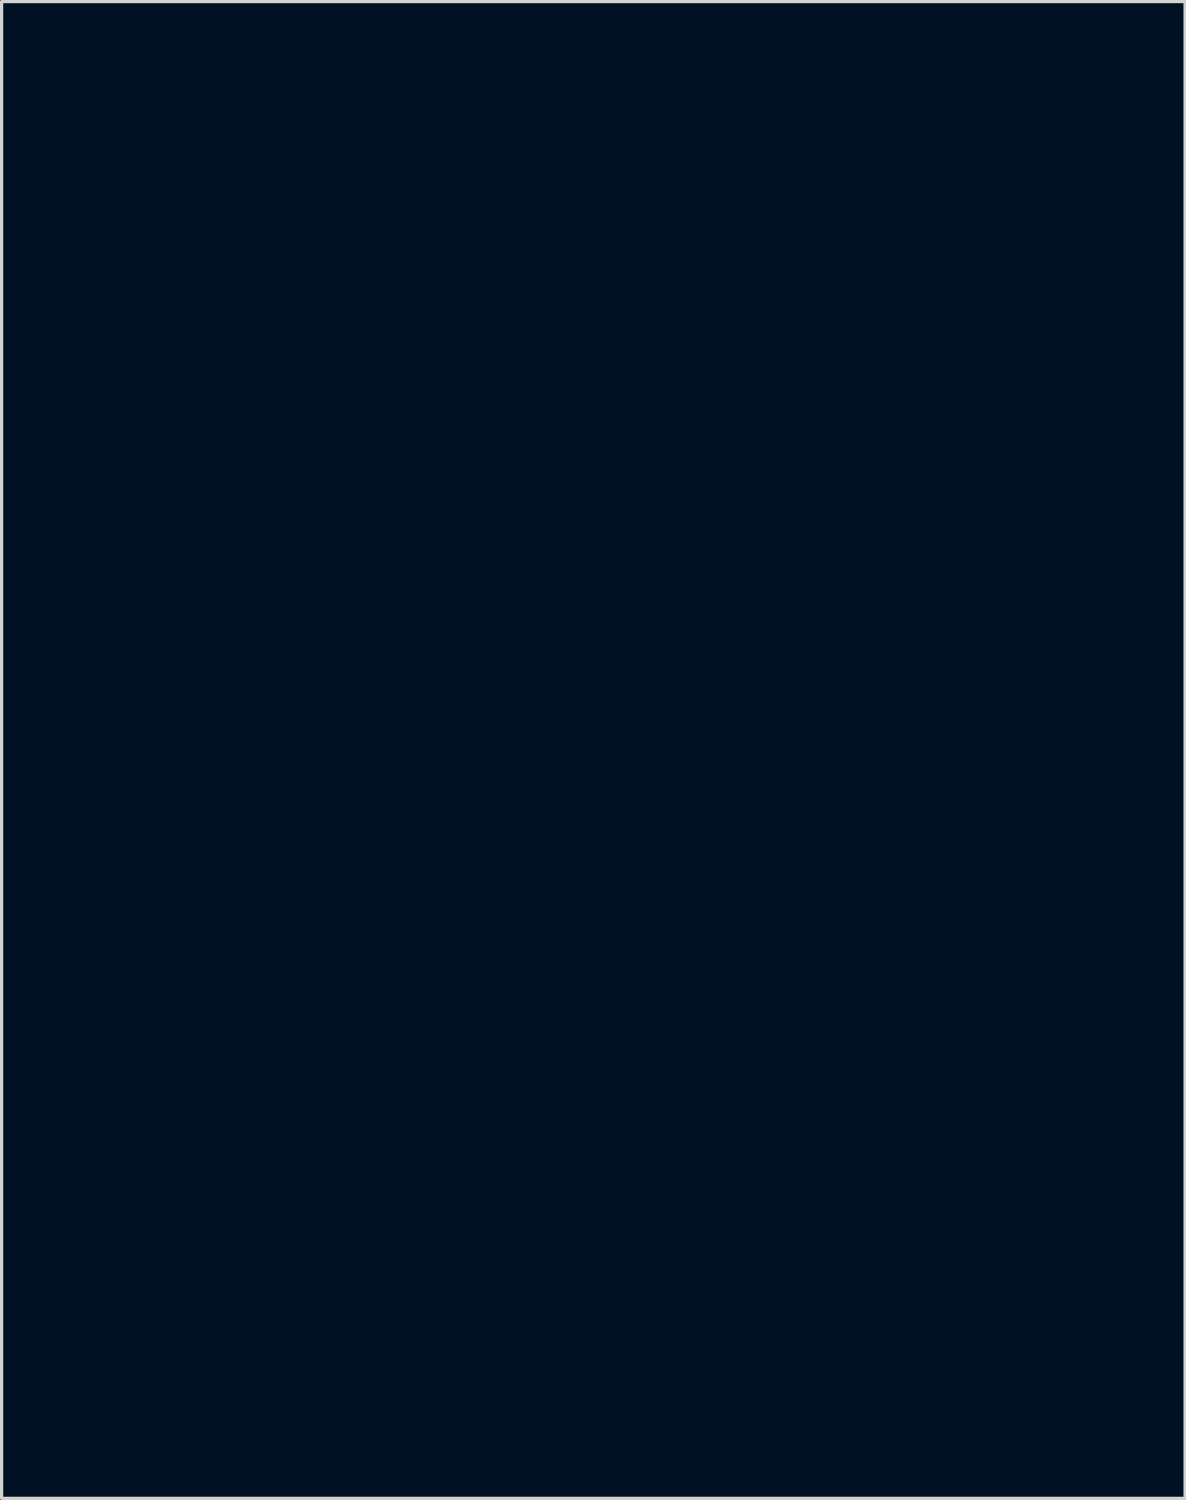
<source format=kicad_pcb>
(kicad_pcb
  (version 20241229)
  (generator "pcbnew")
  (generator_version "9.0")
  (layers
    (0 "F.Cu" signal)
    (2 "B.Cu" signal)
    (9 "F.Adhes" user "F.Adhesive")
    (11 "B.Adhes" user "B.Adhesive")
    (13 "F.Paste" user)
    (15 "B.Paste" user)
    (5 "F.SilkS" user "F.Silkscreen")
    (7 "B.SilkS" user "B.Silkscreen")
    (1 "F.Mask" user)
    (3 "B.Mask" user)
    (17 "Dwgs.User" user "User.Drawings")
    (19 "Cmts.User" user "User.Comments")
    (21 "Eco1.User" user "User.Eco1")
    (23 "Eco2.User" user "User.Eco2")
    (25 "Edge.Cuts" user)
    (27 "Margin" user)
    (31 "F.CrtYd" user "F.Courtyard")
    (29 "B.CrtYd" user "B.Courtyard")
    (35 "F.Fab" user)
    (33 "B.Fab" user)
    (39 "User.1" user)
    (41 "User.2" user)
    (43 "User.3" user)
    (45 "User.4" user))
  (footprint "key3headFMask"
    (layer "F.Cu")
    (at 15.354 20.254)
    (property "Reference" "key3headFMask" (at 0 0 0) (layer "F.Mask") (effects (font (size 1.524 1.524) (thickness 0.3))))
    (attr through_hole)
    (fp_poly (pts (xy -0.021 -7.027) (xy -0.014 -6.952) (xy -0.021 -6.943) (xy -0.059 -6.951) (xy -0.064 -6.985) (xy -0.04 -7.037) (xy -0.021 -7.027)) (stroke (width 0.01) (type solid)) (fill yes) (layer "F.Mask"))
    (fp_poly (pts (xy 0.367 -20.205) (xy 1.1 -20.081) (xy 1.288 -20.04) (xy 2.142 -19.822) (xy 2.907 -19.579) (xy 3.622 -19.294) (xy 4.323 -18.954) (xy 4.667 -18.767) (xy 4.864 -18.661) (xy 5.045 -18.575) (xy 5.235 -18.502) (xy 5.457 -18.435) (xy 5.733 -18.367) (xy 6.088 -18.292) (xy 6.544 -18.202) (xy 6.552 -18.2) (xy 7.126 -18.039) (xy 7.707 -17.785) (xy 8.245 -17.46) (xy 8.358 -17.378) (xy 8.688 -17.1) (xy 8.98 -16.79) (xy 9.264 -16.412) (xy 9.419 -16.176) (xy 9.66 -15.86) (xy 9.912 -15.66) (xy 10.191 -15.568) (xy 10.331 -15.558) (xy 10.872 -15.501) (xy 11.408 -15.34) (xy 11.9 -15.09) (xy 12.208 -14.859) (xy 12.434 -14.642) (xy 12.616 -14.417) (xy 12.768 -14.16) (xy 12.901 -13.846) (xy 13.028 -13.452) (xy 13.145 -13.018) (xy 13.227 -12.775) (xy 13.355 -12.53) (xy 13.545 -12.259) (xy 13.814 -11.933) (xy 13.839 -11.905) (xy 14.189 -11.43) (xy 14.451 -10.919) (xy 14.607 -10.403) (xy 14.611 -10.382) (xy 14.644 -10.151) (xy 14.645 -9.936) (xy 14.612 -9.687) (xy 14.572 -9.478) (xy 14.462 -8.955) (xy 14.699 -8.692) (xy 14.862 -8.486) (xy 15.005 -8.261) (xy 15.054 -8.164) (xy 15.187 -7.747) (xy 15.268 -7.226) (xy 15.296 -6.61) (xy 15.272 -5.91) (xy 15.195 -5.138) (xy 15.066 -4.304) (xy 15.027 -4.096) (xy 14.928 -3.565) (xy 14.848 -3.092) (xy 14.784 -2.651) (xy 14.733 -2.211) (xy 14.691 -1.746) (xy 14.657 -1.228) (xy 14.626 -0.629) (xy 14.607 -0.191) (xy 14.578 0.422) (xy 14.544 0.934) (xy 14.502 1.374) (xy 14.447 1.769) (xy 14.375 2.145) (xy 14.283 2.53) (xy 14.168 2.952) (xy 14.16 2.977) (xy 14.08 3.279) (xy 14.017 3.566) (xy 13.978 3.798) (xy 13.97 3.901) (xy 14.029 4.206) (xy 14.208 4.53) (xy 14.508 4.875) (xy 14.718 5.068) (xy 15.01 5.341) (xy 15.205 5.576) (xy 15.318 5.799) (xy 15.364 6.034) (xy 15.367 6.122) (xy 15.344 6.354) (xy 15.268 6.595) (xy 15.129 6.867) (xy 14.916 7.193) (xy 14.755 7.414) (xy 14.284 7.992) (xy 13.818 8.451) (xy 13.345 8.8) (xy 12.853 9.045) (xy 12.33 9.196) (xy 11.9 9.252) (xy 11.381 9.289) (xy 11.205 10.121) (xy 11.12 10.504) (xy 11.037 10.807) (xy 10.939 11.077) (xy 10.811 11.361) (xy 10.645 11.684) (xy 10.534 11.893) (xy 10.433 12.071) (xy 10.332 12.233) (xy 10.217 12.394) (xy 10.076 12.567) (xy 9.899 12.769) (xy 9.672 13.013) (xy 9.385 13.314) (xy 9.024 13.686) (xy 8.893 13.821) (xy 8.194 14.525) (xy 7.554 15.138) (xy 6.957 15.676) (xy 6.477 16.081) (xy 5.74 16.712) (xy 5.029 17.38) (xy 4.361 18.065) (xy 3.756 18.748) (xy 3.232 19.409) (xy 2.895 19.89) (xy 2.778 20.054) (xy 2.679 20.162) (xy 2.635 20.189) (xy 2.551 20.154) (xy 2.404 20.066) (xy 2.3 19.995) (xy 2.029 19.803) (xy 2.319 19.388) (xy 3.158 18.285) (xy 4.108 17.221) (xy 5.174 16.192) (xy 6.025 15.462) (xy 6.698 14.888) (xy 7.375 14.266) (xy 8.082 13.57) (xy 8.387 13.258) (xy 8.762 12.868) (xy 9.06 12.554) (xy 9.294 12.298) (xy 9.477 12.086) (xy 9.622 11.902) (xy 9.743 11.73) (xy 9.851 11.555) (xy 9.959 11.361) (xy 9.973 11.335) (xy 10.14 11.009) (xy 10.263 10.723) (xy 10.36 10.427) (xy 10.448 10.071) (xy 10.48 9.924) (xy 10.646 9.148) (xy 10.183 9.045) (xy 9.806 8.978) (xy 9.373 8.928) (xy 8.91 8.897) (xy 8.441 8.883) (xy 7.994 8.888) (xy 7.592 8.911) (xy 7.263 8.953) (xy 7.031 9.013) (xy 7.017 9.019) (xy 6.921 9.064) (xy 6.9 9.093) (xy 6.967 9.114) (xy 7.139 9.137) (xy 7.249 9.149) (xy 7.731 9.249) (xy 8.136 9.439) (xy 8.475 9.729) (xy 8.762 10.128) (xy 8.868 10.327) (xy 8.995 10.601) (xy 9.067 10.817) (xy 9.099 11.024) (xy 9.104 11.196) (xy 9.049 11.693) (xy 8.897 12.199) (xy 8.666 12.674) (xy 8.37 13.079) (xy 8.301 13.152) (xy 7.853 13.512) (xy 7.34 13.769) (xy 6.773 13.921) (xy 6.167 13.964) (xy 5.532 13.895) (xy 5.305 13.844) (xy 5.068 13.789) (xy 4.877 13.755) (xy 4.767 13.749) (xy 4.755 13.752) (xy 4.72 13.832) (xy 4.7 13.99) (xy 4.698 14.053) (xy 4.65 14.373) (xy 4.523 14.676) (xy 4.339 14.917) (xy 4.266 14.978) (xy 4.091 15.073) (xy 3.839 15.159) (xy 3.497 15.239) (xy 3.053 15.318) (xy 2.508 15.394) (xy 2.172 15.433) (xy 1.865 15.455) (xy 1.55 15.462) (xy 1.191 15.454) (xy 0.749 15.432) (xy 0.667 15.428) (xy 0.193 15.404) (xy -0.348 15.387) (xy -0.896 15.376) (xy -1.391 15.373) (xy -1.492 15.374) (xy -2.176 15.368) (xy -2.747 15.337) (xy -3.215 15.276) (xy -3.591 15.185) (xy -3.886 15.06) (xy -4.112 14.899) (xy -4.187 14.822) (xy -4.301 14.68) (xy -4.375 14.544) (xy -4.422 14.373) (xy -4.458 14.128) (xy -4.467 14.044) (xy -4.494 13.868) (xy -4.524 13.751) (xy -4.534 13.733) (xy -4.61 13.731) (xy -4.766 13.764) (xy -4.905 13.804) (xy -5.491 13.936) (xy -6.079 13.96) (xy -6.652 13.882) (xy -7.193 13.709) (xy -7.686 13.448) (xy -7.877 13.294) (xy -3.469 13.294) (xy -3.466 13.613) (xy -3.432 13.914) (xy -3.37 14.171) (xy -3.285 14.354) (xy -3.187 14.436) (xy -3.039 14.456) (xy -2.921 14.456) (xy -2.821 14.432) (xy -2.754 14.352) (xy -2.697 14.187) (xy -2.682 14.129) (xy -2.647 13.929) (xy -2.644 13.902) (xy -1.778 13.902) (xy -1.778 14.732) (xy -0.381 14.732) (xy 0.635 14.732) (xy 2.048 14.732) (xy 2.019 14.018) (xy 1.986 13.57) (xy 1.924 13.229) (xy 1.824 12.975) (xy 1.682 12.792) (xy 1.536 12.684) (xy 1.505 12.672) (xy 2.743 12.672) (xy 2.749 12.922) (xy 2.776 13.228) (xy 2.818 13.558) (xy 2.872 13.876) (xy 2.933 14.15) (xy 2.995 14.346) (xy 3.022 14.399) (xy 3.098 14.503) (xy 3.168 14.531) (xy 3.277 14.487) (xy 3.373 14.432) (xy 3.527 14.291) (xy 3.623 14.075) (xy 3.667 13.77) (xy 3.661 13.363) (xy 3.654 13.275) (xy 3.627 13.013) (xy 3.593 12.79) (xy 3.557 12.644) (xy 3.548 12.621) (xy 3.431 12.499) (xy 3.256 12.417) (xy 3.064 12.383) (xy 2.892 12.401) (xy 2.778 12.477) (xy 2.762 12.511) (xy 2.743 12.672) (xy 1.505 12.672) (xy 1.277 12.58) (xy 1.061 12.594) (xy 0.89 12.727) (xy 0.762 12.979) (xy 0.679 13.35) (xy 0.641 13.838) (xy 0.638 14.018) (xy 0.635 14.732) (xy -0.381 14.732) (xy -0.381 14.077) (xy -0.401 13.561) (xy -0.461 13.161) (xy -0.565 12.874) (xy -0.714 12.694) (xy -0.911 12.618) (xy -1.16 12.641) (xy -1.177 12.645) (xy -1.39 12.739) (xy -1.584 12.877) (xy -1.598 12.892) (xy -1.671 12.968) (xy -1.721 13.043) (xy -1.753 13.14) (xy -1.77 13.284) (xy -1.777 13.5) (xy -1.778 13.812) (xy -1.778 13.902) (xy -2.644 13.902) (xy -2.616 13.646) (xy -2.595 13.324) (xy -2.587 13.113) (xy -2.572 12.414) (xy -2.826 12.398) (xy -3.07 12.416) (xy -3.243 12.515) (xy -3.361 12.709) (xy -3.434 12.986) (xy -3.469 13.294) (xy -7.877 13.294) (xy -8.114 13.104) (xy -8.461 12.683) (xy -8.63 12.383) (xy -8.707 12.204) (xy -8.756 12.039) (xy -8.782 11.847) (xy -8.793 11.592) (xy -8.795 11.367) (xy -8.793 11.229) (xy -8.037 11.229) (xy -8.03 11.472) (xy -7.905 11.859) (xy -7.712 12.226) (xy -7.475 12.538) (xy -7.216 12.758) (xy -7.215 12.759) (xy -6.901 12.896) (xy -6.504 12.982) (xy -6.058 13.014) (xy -5.597 12.989) (xy -5.251 12.929) (xy -4.81 12.764) (xy -4.439 12.495) (xy -4.139 12.121) (xy -4.011 11.86) (xy 0.486 11.86) (xy 0.503 11.89) (xy 0.596 11.878) (xy 0.779 11.833) (xy 1.01 11.783) (xy 1.224 11.752) (xy 1.305 11.748) (xy 1.475 11.734) (xy 1.543 11.677) (xy 1.52 11.563) (xy 2.286 11.563) (xy 2.34 11.608) (xy 2.478 11.618) (xy 2.662 11.596) (xy 2.853 11.543) (xy 2.891 11.528) (xy 3.034 11.453) (xy 3.108 11.384) (xy 3.111 11.372) (xy 3.058 11.291) (xy 2.934 11.216) (xy 2.792 11.177) (xy 2.771 11.176) (xy 2.667 11.214) (xy 2.526 11.308) (xy 2.389 11.422) (xy 2.3 11.525) (xy 2.286 11.563) (xy 1.52 11.563) (xy 1.519 11.554) (xy 1.46 11.43) (xy 1.322 11.224) (xy 1.177 11.14) (xy 1.021 11.173) (xy 0.901 11.272) (xy 0.752 11.442) (xy 0.607 11.642) (xy 0.521 11.785) (xy 0.486 11.86) (xy -4.011 11.86) (xy -3.929 11.694) (xy -3.911 11.628) (xy -1.287 11.628) (xy -1.284 11.632) (xy -1.178 11.683) (xy -0.998 11.729) (xy -0.796 11.759) (xy -0.624 11.764) (xy -0.587 11.759) (xy -0.471 11.694) (xy -0.445 11.62) (xy -0.489 11.496) (xy -0.599 11.346) (xy -0.738 11.208) (xy -0.867 11.123) (xy -0.912 11.113) (xy -1.001 11.158) (xy -1.11 11.271) (xy -1.213 11.412) (xy -1.28 11.544) (xy -1.287 11.628) (xy -3.911 11.628) (xy -3.833 11.347) (xy -3.817 11.228) (xy -2.877 11.228) (xy -2.87 11.359) (xy -2.765 11.489) (xy -2.637 11.56) (xy -2.467 11.605) (xy -2.292 11.616) (xy -2.154 11.594) (xy -2.096 11.542) (xy -2.095 11.539) (xy -2.145 11.394) (xy -2.264 11.24) (xy -2.413 11.127) (xy -2.444 11.113) (xy -2.652 11.076) (xy -2.801 11.124) (xy -2.877 11.228) (xy -3.817 11.228) (xy -3.774 10.92) (xy -3.755 10.454) (xy -3.776 9.991) (xy -3.785 9.927) (xy -2.845 9.927) (xy -2.817 10.154) (xy -2.697 10.381) (xy -2.513 10.56) (xy -2.456 10.594) (xy -2.3 10.7) (xy -2.11 10.86) (xy -1.986 10.982) (xy -1.718 11.265) (xy -1.478 11.059) (xy -1.16 10.827) (xy -0.883 10.712) (xy -0.637 10.715) (xy -0.414 10.839) (xy -0.204 11.083) (xy -0.134 11.194) (xy -0.023 11.377) (xy 0.061 11.508) (xy 0.098 11.557) (xy 0.136 11.507) (xy 0.216 11.375) (xy 0.304 11.224) (xy 0.44 11.005) (xy 0.584 10.803) (xy 0.663 10.708) (xy 0.831 10.583) (xy 1.013 10.561) (xy 1.222 10.646) (xy 1.471 10.841) (xy 1.557 10.923) (xy 1.721 11.08) (xy 1.851 11.192) (xy 1.92 11.239) (xy 1.922 11.239) (xy 1.985 11.196) (xy 2.104 11.084) (xy 2.228 10.955) (xy 2.477 10.733) (xy 2.705 10.631) (xy 2.71 10.63) (xy 2.843 10.594) (xy 2.932 10.525) (xy 2.997 10.403) (xy 4.012 10.403) (xy 4.013 10.82) (xy 4.045 11.266) (xy 4.108 11.618) (xy 4.215 11.906) (xy 4.376 12.163) (xy 4.603 12.419) (xy 4.616 12.431) (xy 5.041 12.772) (xy 5.51 12.995) (xy 6.014 13.1) (xy 6.543 13.084) (xy 7.088 12.945) (xy 7.104 12.939) (xy 7.48 12.746) (xy 7.802 12.477) (xy 8.038 12.16) (xy 8.083 12.07) (xy 8.188 11.693) (xy 8.201 11.278) (xy 8.126 10.867) (xy 7.969 10.499) (xy 7.861 10.343) (xy 7.649 10.161) (xy 7.373 10.027) (xy 7.097 9.97) (xy 7.077 9.97) (xy 6.767 10.02) (xy 6.452 10.154) (xy 6.166 10.352) (xy 5.942 10.588) (xy 5.818 10.827) (xy 5.827 10.992) (xy 5.921 11.179) (xy 6.074 11.351) (xy 6.254 11.466) (xy 6.497 11.543) (xy 6.672 11.536) (xy 6.812 11.439) (xy 6.847 11.398) (xy 7.019 11.272) (xy 7.235 11.239) (xy 7.45 11.301) (xy 7.545 11.369) (xy 7.641 11.461) (xy 7.674 11.527) (xy 7.654 11.622) (xy 7.616 11.732) (xy 7.485 11.935) (xy 7.26 12.113) (xy 6.974 12.254) (xy 6.659 12.343) (xy 6.347 12.364) (xy 6.226 12.349) (xy 5.839 12.216) (xy 5.477 11.973) (xy 5.163 11.639) (xy 4.955 11.308) (xy 4.771 10.827) (xy 4.663 10.284) (xy 4.636 9.716) (xy 4.646 9.62) (xy 5.069 9.62) (xy 5.252 9.366) (xy 5.402 9.15) (xy 5.55 8.923) (xy 5.586 8.865) (xy 5.675 8.712) (xy 5.7 8.626) (xy 5.664 8.568) (xy 5.617 8.531) (xy 5.497 8.47) (xy 5.432 8.465) (xy 5.374 8.536) (xy 5.3 8.7) (xy 5.224 8.923) (xy 5.155 9.173) (xy 5.114 9.366) (xy 5.069 9.62) (xy 4.646 9.62) (xy 4.692 9.165) (xy 4.767 8.859) (xy 4.845 8.573) (xy 4.868 8.392) (xy 4.833 8.306) (xy 4.738 8.303) (xy 4.669 8.329) (xy 4.502 8.468) (xy 4.351 8.715) (xy 4.222 9.051) (xy 4.119 9.457) (xy 4.047 9.914) (xy 4.012 10.403) (xy 2.997 10.403) (xy 3.002 10.393) (xy 3.074 10.181) (xy 3.088 10.116) (xy 3.062 10.094) (xy 2.976 10.12) (xy 2.808 10.197) (xy 2.685 10.258) (xy 2.289 10.439) (xy 1.968 10.54) (xy 1.695 10.557) (xy 1.443 10.487) (xy 1.186 10.326) (xy 0.896 10.07) (xy 0.82 9.995) (xy 0.384 9.562) (xy 1.203 9.562) (xy 1.251 9.653) (xy 1.381 9.743) (xy 1.676 9.835) (xy 1.979 9.805) (xy 2.261 9.663) (xy 2.462 9.495) (xy 2.706 9.259) (xy 2.966 8.986) (xy 3.211 8.706) (xy 3.414 8.452) (xy 3.533 8.277) (xy 3.555 8.232) (xy 10.496 8.232) (xy 10.541 8.277) (xy 10.692 8.327) (xy 10.732 8.34) (xy 10.83 8.353) (xy 11.026 8.364) (xy 11.292 8.373) (xy 11.592 8.377) (xy 11.926 8.377) (xy 12.165 8.368) (xy 12.341 8.347) (xy 12.484 8.308) (xy 12.628 8.247) (xy 12.683 8.22) (xy 12.896 8.082) (xy 13.159 7.865) (xy 13.448 7.594) (xy 13.739 7.294) (xy 14.007 6.988) (xy 14.23 6.702) (xy 14.383 6.461) (xy 14.573 6.098) (xy 14.405 5.931) (xy 14.281 5.831) (xy 14.186 5.798) (xy 14.173 5.802) (xy 14.11 5.875) (xy 14.01 6.026) (xy 13.912 6.192) (xy 13.669 6.513) (xy 13.311 6.831) (xy 12.848 7.14) (xy 12.29 7.431) (xy 11.65 7.7) (xy 11.256 7.838) (xy 10.945 7.952) (xy 10.706 8.06) (xy 10.552 8.156) (xy 10.496 8.232) (xy 3.555 8.232) (xy 3.628 8.076) (xy 3.636 7.917) (xy 3.546 7.768) (xy 3.351 7.597) (xy 3.343 7.591) (xy 3.174 7.475) (xy 3.044 7.428) (xy 2.936 7.46) (xy 2.836 7.582) (xy 2.73 7.806) (xy 2.61 8.12) (xy 2.42 8.592) (xy 2.233 8.954) (xy 2.038 9.224) (xy 1.893 9.366) (xy 1.728 9.481) (xy 1.57 9.515) (xy 1.448 9.506) (xy 1.27 9.507) (xy 1.203 9.562) (xy 0.384 9.562) (xy 0.322 9.501) (xy -0.089 9.895) (xy -0.387 10.16) (xy -0.646 10.335) (xy -0.896 10.434) (xy -1.17 10.474) (xy -1.284 10.476) (xy -1.562 10.45) (xy -1.84 10.366) (xy -2.147 10.212) (xy -2.477 10.003) (xy -2.826 9.765) (xy -2.845 9.927) (xy -3.785 9.927) (xy -3.833 9.606) (xy -3.922 9.247) (xy -4.022 8.953) (xy -4.125 8.736) (xy -4.224 8.606) (xy -4.312 8.574) (xy -4.383 8.651) (xy -4.405 8.715) (xy -4.422 8.84) (xy -4.435 9.055) (xy -4.443 9.323) (xy -4.444 9.467) (xy -4.477 9.983) (xy -4.567 10.498) (xy -4.706 10.988) (xy -4.885 11.43) (xy -5.096 11.799) (xy -5.331 12.071) (xy -5.386 12.117) (xy -5.625 12.235) (xy -5.939 12.305) (xy -6.288 12.322) (xy -6.629 12.284) (xy -6.828 12.226) (xy -7.086 12.091) (xy -7.277 11.918) (xy -7.391 11.729) (xy -7.417 11.545) (xy -7.344 11.387) (xy -7.288 11.338) (xy -7.058 11.246) (xy -6.825 11.27) (xy -6.623 11.406) (xy -6.499 11.515) (xy -6.367 11.55) (xy -6.213 11.538) (xy -5.931 11.452) (xy -5.743 11.287) (xy -5.657 11.051) (xy -5.652 10.966) (xy -5.71 10.654) (xy -5.874 10.387) (xy -6.124 10.18) (xy -6.441 10.05) (xy -6.766 10.012) (xy -7.034 10.034) (xy -7.254 10.109) (xy -7.471 10.255) (xy -7.639 10.405) (xy -7.826 10.643) (xy -7.964 10.933) (xy -8.037 11.229) (xy -8.793 11.229) (xy -8.791 11.049) (xy -8.776 10.819) (xy -8.743 10.64) (xy -8.685 10.473) (xy -8.625 10.338) (xy -8.415 9.987) (xy -8.138 9.665) (xy -7.83 9.409) (xy -7.652 9.306) (xy -7.447 9.234) (xy -7.183 9.175) (xy -6.985 9.147) (xy -6.768 9.126) (xy -6.66 9.106) (xy -6.645 9.079) (xy -6.704 9.036) (xy -6.731 9.021) (xy -6.913 8.958) (xy -7.196 8.919) (xy -7.585 8.904) (xy -8.085 8.913) (xy -8.701 8.945) (xy -9.254 8.986) (xy -9.658 9.019) (xy -10.018 9.05) (xy -10.313 9.076) (xy -10.527 9.097) (xy -10.641 9.109) (xy -10.654 9.112) (xy -10.649 9.176) (xy -10.62 9.34) (xy -10.573 9.578) (xy -10.512 9.867) (xy -10.51 9.878) (xy -10.416 10.272) (xy -10.317 10.594) (xy -10.192 10.897) (xy -10.021 11.235) (xy -10.004 11.267) (xy -9.903 11.451) (xy -9.806 11.615) (xy -9.701 11.771) (xy -9.577 11.933) (xy -9.422 12.116) (xy -9.224 12.333) (xy -8.972 12.598) (xy -8.654 12.925) (xy -8.258 13.328) (xy -8.243 13.343) (xy -7.557 14.025) (xy -6.915 14.636) (xy -6.328 15.165) (xy -5.842 15.575) (xy -4.816 16.473) (xy -3.841 17.464) (xy -2.977 18.479) (xy -2.727 18.8) (xy -2.502 19.098) (xy -2.316 19.354) (xy -2.18 19.554) (xy -2.106 19.679) (xy -2.095 19.709) (xy -2.143 19.758) (xy -2.26 19.85) (xy -2.409 19.958) (xy -2.555 20.057) (xy -2.66 20.12) (xy -2.686 20.13) (xy -2.734 20.081) (xy -2.825 19.958) (xy -2.892 19.86) (xy -3.382 19.178) (xy -3.97 18.463) (xy -4.635 17.736) (xy -5.361 17.015) (xy -6.128 16.322) (xy -6.509 16.001) (xy -7.072 15.524) (xy -7.627 15.023) (xy -8.199 14.475) (xy -8.815 13.855) (xy -8.965 13.7) (xy -9.348 13.302) (xy -9.655 12.979) (xy -9.897 12.716) (xy -10.088 12.498) (xy -10.241 12.309) (xy -10.367 12.135) (xy -10.479 11.961) (xy -10.591 11.77) (xy -10.66 11.644) (xy -10.839 11.308) (xy -10.968 11.029) (xy -11.064 10.759) (xy -11.147 10.449) (xy -11.204 10.19) (xy -11.27 9.882) (xy -11.329 9.609) (xy -11.374 9.4) (xy -11.399 9.287) (xy -11.438 9.199) (xy -11.523 9.156) (xy -11.691 9.143) (xy -11.733 9.143) (xy -12.108 9.112) (xy -12.534 9.032) (xy -12.951 8.915) (xy -13.24 8.803) (xy -13.287 8.776) (xy -5.246 8.776) (xy -5.227 8.918) (xy -5.161 9.102) (xy -5.048 9.307) (xy -5.031 9.332) (xy -4.921 9.493) (xy -4.901 9.216) (xy -4.906 9.005) (xy -4.967 8.856) (xy -5.024 8.786) (xy -5.144 8.69) (xy -5.218 8.693) (xy -5.246 8.776) (xy -13.287 8.776) (xy -13.585 8.603) (xy -13.929 8.317) (xy -14.286 7.93) (xy -14.553 7.591) (xy -14.857 7.162) (xy -15.078 6.796) (xy -15.227 6.469) (xy -15.314 6.158) (xy -15.349 5.874) (xy -15.349 5.735) (xy -14.539 5.735) (xy -14.499 5.922) (xy -14.385 6.208) (xy -14.38 6.218) (xy -14.096 6.722) (xy -13.72 7.229) (xy -13.28 7.7) (xy -13.245 7.733) (xy -12.943 7.986) (xy -12.651 8.159) (xy -12.321 8.273) (xy -11.97 8.342) (xy -11.776 8.358) (xy -11.506 8.361) (xy -11.194 8.355) (xy -10.873 8.34) (xy -10.577 8.317) (xy -10.34 8.29) (xy -10.195 8.258) (xy -10.192 8.257) (xy -10.017 8.188) (xy -3.429 8.188) (xy -3.386 8.279) (xy -3.273 8.432) (xy -3.112 8.62) (xy -2.926 8.818) (xy -2.737 9.002) (xy -2.57 9.145) (xy -2.561 9.152) (xy -2.168 9.428) (xy -1.81 9.644) (xy -1.502 9.791) (xy -1.258 9.864) (xy -1.112 9.861) (xy -0.981 9.804) (xy -0.807 9.705) (xy -0.747 9.666) (xy -0.604 9.569) (xy -0.519 9.506) (xy -0.508 9.495) (xy -0.565 9.488) (xy -0.708 9.483) (xy -0.791 9.483) (xy -1.127 9.421) (xy -1.457 9.245) (xy -1.767 8.967) (xy -2.045 8.599) (xy -2.277 8.152) (xy -2.316 8.057) (xy -2.428 7.803) (xy -2.521 7.661) (xy -2.599 7.62) (xy -2.698 7.654) (xy -2.857 7.741) (xy -3.042 7.86) (xy -3.22 7.987) (xy -3.359 8.101) (xy -3.427 8.179) (xy -3.429 8.188) (xy -10.017 8.188) (xy -10.001 8.181) (xy -10.181 8.086) (xy -10.304 8.034) (xy -10.521 7.952) (xy -10.807 7.85) (xy -11.136 7.737) (xy -11.307 7.68) (xy -11.98 7.445) (xy -12.542 7.215) (xy -13.008 6.984) (xy -13.392 6.74) (xy -13.71 6.477) (xy -13.977 6.185) (xy -14.072 6.058) (xy -14.269 5.81) (xy -14.416 5.675) (xy -14.509 5.652) (xy -14.539 5.735) (xy -15.349 5.735) (xy -15.349 5.565) (xy -15.345 5.548) (xy -13.822 5.548) (xy -13.782 5.702) (xy -13.735 5.793) (xy -13.566 6.007) (xy -13.296 6.236) (xy -12.92 6.484) (xy -12.43 6.757) (xy -12.229 6.859) (xy -11.873 7.035) (xy -11.616 7.153) (xy -11.443 7.218) (xy -11.344 7.235) (xy -11.306 7.208) (xy -11.304 7.191) (xy -11.344 7.127) (xy -11.45 6.988) (xy -11.608 6.792) (xy -11.801 6.56) (xy -11.818 6.54) (xy -12.066 6.236) (xy -12.329 5.894) (xy -12.569 5.563) (xy -12.702 5.366) (xy -12.865 5.118) (xy -13.008 4.9) (xy -13.115 4.74) (xy -13.158 4.677) (xy -13.207 4.625) (xy -13.261 4.628) (xy -13.34 4.703) (xy -13.465 4.863) (xy -13.512 4.925) (xy -13.693 5.187) (xy -13.794 5.386) (xy -13.822 5.548) (xy -15.345 5.548) (xy -15.294 5.324) (xy -15.169 5.117) (xy -14.956 4.91) (xy -14.784 4.777) (xy -14.438 4.49) (xy -14.142 4.184) (xy -13.923 3.888) (xy -13.858 3.771) (xy -13.816 3.673) (xy -13.792 3.578) (xy -13.788 3.458) (xy -13.803 3.29) (xy -13.84 3.048) (xy -13.899 2.71) (xy -13.995 2.155) (xy -14.072 1.705) (xy -14.129 1.336) (xy -14.17 1.029) (xy -14.196 0.761) (xy -14.21 0.512) (xy -14.214 0.26) (xy -14.211 0.064) (xy -13.292 0.064) (xy -13.248 1.133) (xy -13.112 2.12) (xy -12.881 3.034) (xy -12.551 3.885) (xy -12.118 4.684) (xy -11.578 5.438) (xy -10.928 6.159) (xy -10.896 6.191) (xy -10.396 6.657) (xy -9.922 7.029) (xy -9.443 7.326) (xy -8.93 7.57) (xy -8.526 7.721) (xy -7.827 7.923) (xy -7.171 8.031) (xy -6.519 8.049) (xy -5.926 7.996) (xy -5.137 7.832) (xy -4.388 7.565) (xy -3.668 7.187) (xy -3.465 7.044) (xy -1.745 7.044) (xy -1.742 7.249) (xy -1.668 7.526) (xy -1.532 7.848) (xy -1.418 8.062) (xy -1.222 8.369) (xy -1.052 8.557) (xy -0.899 8.63) (xy -0.759 8.594) (xy -0.682 8.525) (xy -0.612 8.421) (xy -0.506 8.233) (xy -0.383 7.993) (xy -0.315 7.853) (xy -0.14 7.519) (xy 0.017 7.301) (xy 0.169 7.199) (xy 0.324 7.214) (xy 0.495 7.346) (xy 0.691 7.596) (xy 0.888 7.904) (xy 1.079 8.207) (xy 1.229 8.405) (xy 1.348 8.509) (xy 1.451 8.527) (xy 1.549 8.47) (xy 1.579 8.44) (xy 1.651 8.319) (xy 1.736 8.108) (xy 1.827 7.839) (xy 1.914 7.542) (xy 1.989 7.25) (xy 2.043 6.992) (xy 2.067 6.8) (xy 2.061 6.722) (xy 2.012 6.627) (xy 1.904 6.447) (xy 1.748 6.202) (xy 1.557 5.91) (xy 1.361 5.618) (xy 1.136 5.281) (xy 0.924 4.953) (xy 0.739 4.658) (xy 0.599 4.422) (xy 0.53 4.294) (xy 0.434 4.109) (xy 0.357 3.981) (xy 0.32 3.939) (xy 0.276 3.991) (xy 0.182 4.131) (xy 0.052 4.337) (xy -0.091 4.573) (xy -0.269 4.858) (xy -0.499 5.205) (xy -0.754 5.577) (xy -1.01 5.935) (xy -1.088 6.041) (xy -1.301 6.334) (xy -1.486 6.604) (xy -1.632 6.829) (xy -1.722 6.988) (xy -1.745 7.044) (xy -3.465 7.044) (xy -2.967 6.694) (xy -2.275 6.08) (xy -2.159 5.965) (xy -1.918 5.713) (xy -1.695 5.459) (xy -1.486 5.193) (xy -1.285 4.906) (xy -1.088 4.585) (xy -0.888 4.222) (xy -0.68 3.806) (xy -0.46 3.326) (xy -0.221 2.773) (xy 0.041 2.135) (xy 0.332 1.402) (xy 0.657 0.564) (xy 0.813 0.157) (xy 0.834 0.102) (xy 1.778 0.102) (xy 1.801 0.252) (xy 1.865 0.485) (xy 1.958 0.765) (xy 2.048 1.005) (xy 2.318 1.683) (xy 2.357 1.206) (xy 2.373 0.954) (xy 2.386 0.618) (xy 2.396 0.243) (xy 2.4 -0.127) (xy 2.398 -0.473) (xy 2.39 -0.8) (xy 2.378 -1.073) (xy 2.362 -1.257) (xy 2.36 -1.27) (xy 2.316 -1.556) (xy 2.047 -0.839) (xy 1.94 -0.536) (xy 1.854 -0.255) (xy 1.796 -0.029) (xy 1.778 0.102) (xy 0.834 0.102) (xy 1.083 -0.542) (xy 1.319 -1.134) (xy 1.53 -1.635) (xy 1.724 -2.059) (xy 1.897 -2.4) (xy 3.683 -2.4) (xy 3.693 -2.351) (xy 3.77 -2.28) (xy 3.931 -2.174) (xy 4.139 -2.047) (xy 4.443 -1.867) (xy 4.665 -1.746) (xy 4.832 -1.68) (xy 4.97 -1.663) (xy 5.107 -1.69) (xy 5.27 -1.756) (xy 5.376 -1.805) (xy 5.772 -2.008) (xy 6.102 -2.215) (xy 6.347 -2.413) (xy 6.492 -2.59) (xy 6.507 -2.621) (xy 6.548 -2.772) (xy 6.587 -3.007) (xy 7.313 -3.007) (xy 7.333 -2.728) (xy 7.386 -2.522) (xy 7.48 -2.364) (xy 7.625 -2.226) (xy 7.74 -2.141) (xy 7.97 -1.991) (xy 8.224 -1.84) (xy 8.473 -1.703) (xy 8.688 -1.596) (xy 8.839 -1.534) (xy 8.882 -1.525) (xy 8.971 -1.553) (xy 9.145 -1.629) (xy 9.378 -1.74) (xy 9.598 -1.853) (xy 9.858 -1.992) (xy 10.078 -2.118) (xy 10.232 -2.213) (xy 10.291 -2.259) (xy 10.294 -2.306) (xy 10.236 -2.378) (xy 10.109 -2.479) (xy 9.905 -2.615) (xy 9.618 -2.79) (xy 9.238 -3.01) (xy 8.759 -3.28) (xy 8.382 -3.488) (xy 7.334 -4.066) (xy 7.316 -3.385) (xy 7.313 -3.007) (xy 6.587 -3.007) (xy 6.588 -3.011) (xy 6.623 -3.299) (xy 6.638 -3.484) (xy 6.685 -4.143) (xy 6.406 -3.983) (xy 6.265 -3.903) (xy 6.036 -3.772) (xy 5.74 -3.603) (xy 5.4 -3.409) (xy 5.037 -3.203) (xy 4.985 -3.173) (xy 4.634 -2.972) (xy 4.315 -2.789) (xy 4.047 -2.634) (xy 3.848 -2.517) (xy 3.737 -2.45) (xy 3.726 -2.443) (xy 3.683 -2.4) (xy 1.897 -2.4) (xy 1.908 -2.421) (xy 2.09 -2.734) (xy 2.278 -3.013) (xy 2.48 -3.272) (xy 2.704 -3.527) (xy 2.737 -3.561) (xy 3.879 -3.561) (xy 3.956 -3.58) (xy 4.096 -3.64) (xy 4.274 -3.731) (xy 4.467 -3.839) (xy 4.653 -3.953) (xy 4.807 -4.06) (xy 4.858 -4.1) (xy 4.924 -4.165) (xy 4.909 -4.176) (xy 4.803 -4.132) (xy 4.597 -4.03) (xy 4.522 -3.992) (xy 4.276 -3.858) (xy 4.065 -3.729) (xy 3.921 -3.628) (xy 3.887 -3.596) (xy 3.879 -3.561) (xy 2.737 -3.561) (xy 2.958 -3.79) (xy 3.012 -3.844) (xy 3.603 -4.358) (xy 4.239 -4.759) (xy 4.939 -5.061) (xy 5.209 -5.147) (xy 5.579 -5.227) (xy 6.036 -5.285) (xy 6.542 -5.32) (xy 7.06 -5.33) (xy 7.551 -5.313) (xy 7.979 -5.269) (xy 8.116 -5.245) (xy 8.911 -5.021) (xy 9.649 -4.686) (xy 10.323 -4.247) (xy 10.923 -3.71) (xy 11.44 -3.082) (xy 11.865 -2.371) (xy 11.866 -2.368) (xy 12.16 -1.645) (xy 12.348 -0.868) (xy 12.432 -0.054) (xy 12.414 0.783) (xy 12.295 1.626) (xy 12.077 2.462) (xy 11.761 3.275) (xy 11.349 4.049) (xy 11.171 4.325) (xy 10.702 4.911) (xy 10.136 5.443) (xy 9.498 5.903) (xy 8.812 6.275) (xy 8.103 6.54) (xy 7.969 6.576) (xy 7.538 6.653) (xy 7.034 6.687) (xy 6.505 6.681) (xy 5.998 6.634) (xy 5.58 6.552) (xy 4.815 6.285) (xy 4.113 5.908) (xy 3.473 5.422) (xy 2.894 4.825) (xy 2.376 4.117) (xy 1.918 3.298) (xy 1.803 3.028) (xy 2.108 3.028) (xy 2.11 3.065) (xy 2.151 3.157) (xy 2.16 3.175) (xy 2.556 3.844) (xy 3.051 4.464) (xy 3.627 5.02) (xy 4.265 5.499) (xy 4.948 5.887) (xy 5.659 6.169) (xy 6.001 6.261) (xy 6.434 6.318) (xy 6.945 6.313) (xy 7.5 6.248) (xy 7.936 6.159) (xy 8.635 5.934) (xy 9.264 5.614) (xy 9.852 5.184) (xy 9.858 5.179) (xy 10.049 5.006) (xy 10.267 4.794) (xy 10.495 4.56) (xy 10.716 4.322) (xy 10.915 4.099) (xy 11.075 3.909) (xy 11.179 3.769) (xy 11.211 3.698) (xy 11.209 3.695) (xy 11.155 3.725) (xy 11.027 3.823) (xy 10.844 3.976) (xy 10.653 4.143) (xy 10.055 4.621) (xy 9.449 4.989) (xy 8.815 5.256) (xy 8.132 5.43) (xy 7.379 5.517) (xy 6.897 5.531) (xy 6.164 5.499) (xy 5.498 5.392) (xy 4.882 5.202) (xy 4.297 4.921) (xy 3.726 4.541) (xy 3.151 4.054) (xy 2.686 3.591) (xy 2.681 3.587) (xy 3.747 3.587) (xy 3.799 3.643) (xy 3.942 3.745) (xy 4.153 3.88) (xy 4.411 4.036) (xy 4.692 4.2) (xy 4.975 4.36) (xy 5.239 4.501) (xy 5.46 4.613) (xy 5.616 4.682) (xy 5.675 4.698) (xy 5.687 4.66) (xy 5.65 4.602) (xy 5.621 4.578) (xy 8.346 4.578) (xy 8.372 4.589) (xy 8.485 4.547) (xy 8.665 4.463) (xy 8.889 4.348) (xy 9.135 4.213) (xy 9.383 4.071) (xy 9.61 3.931) (xy 9.667 3.894) (xy 9.919 3.722) (xy 10.068 3.608) (xy 10.122 3.55) (xy 10.089 3.544) (xy 9.978 3.587) (xy 9.797 3.676) (xy 9.553 3.808) (xy 9.256 3.98) (xy 8.942 4.17) (xy 8.706 4.32) (xy 8.511 4.45) (xy 8.383 4.544) (xy 8.346 4.578) (xy 5.621 4.578) (xy 5.559 4.527) (xy 5.389 4.415) (xy 5.161 4.279) (xy 4.897 4.129) (xy 4.618 3.978) (xy 4.346 3.836) (xy 4.101 3.716) (xy 3.906 3.627) (xy 3.781 3.583) (xy 3.747 3.587) (xy 2.681 3.587) (xy 2.435 3.33) (xy 2.262 3.153) (xy 2.156 3.055) (xy 2.108 3.028) (xy 1.803 3.028) (xy 1.52 2.368) (xy 3.802 2.368) (xy 3.812 2.383) (xy 3.918 2.48) (xy 4.108 2.624) (xy 4.365 2.803) (xy 4.668 3.005) (xy 4.998 3.218) (xy 5.337 3.431) (xy 5.665 3.631) (xy 5.964 3.806) (xy 6.213 3.945) (xy 6.395 4.035) (xy 6.486 4.064) (xy 6.555 4.034) (xy 6.603 3.926) (xy 6.638 3.716) (xy 6.639 3.714) (xy 6.666 3.338) (xy 6.665 3.272) (xy 7.303 3.272) (xy 7.303 4.122) (xy 8.747 3.293) (xy 9.136 3.069) (xy 9.49 2.865) (xy 9.792 2.689) (xy 10.028 2.55) (xy 10.182 2.457) (xy 10.24 2.419) (xy 10.206 2.374) (xy 10.085 2.277) (xy 9.901 2.146) (xy 9.677 1.993) (xy 9.434 1.835) (xy 9.196 1.686) (xy 8.985 1.56) (xy 8.825 1.473) (xy 8.737 1.439) (xy 8.736 1.439) (xy 8.629 1.474) (xy 8.448 1.565) (xy 8.223 1.694) (xy 7.983 1.844) (xy 7.757 1.995) (xy 7.574 2.131) (xy 7.463 2.232) (xy 7.398 2.315) (xy 7.354 2.4) (xy 7.325 2.511) (xy 7.31 2.674) (xy 7.304 2.912) (xy 7.303 3.251) (xy 7.303 3.272) (xy 6.665 3.272) (xy 6.658 2.979) (xy 6.616 2.669) (xy 6.544 2.44) (xy 6.506 2.375) (xy 6.402 2.275) (xy 6.216 2.132) (xy 5.977 1.966) (xy 5.766 1.831) (xy 5.528 1.682) (xy 5.353 1.58) (xy 5.215 1.525) (xy 5.085 1.521) (xy 4.939 1.57) (xy 4.75 1.673) (xy 4.49 1.834) (xy 4.299 1.953) (xy 4.043 2.116) (xy 3.884 2.231) (xy 3.808 2.311) (xy 3.802 2.368) (xy 1.52 2.368) (xy 1.52 2.368) (xy 1.499 2.312) (xy 1.349 1.902) (xy 3.175 1.902) (xy 3.635 1.609) (xy 3.872 1.452) (xy 4.087 1.3) (xy 4.241 1.18) (xy 4.266 1.158) (xy 4.394 0.993) (xy 4.486 0.757) (xy 4.547 0.435) (xy 4.58 0.011) (xy 4.584 -0.108) (xy 5.271 -0.108) (xy 5.279 0.252) (xy 5.313 0.517) (xy 5.388 0.715) (xy 5.518 0.877) (xy 5.717 1.034) (xy 5.855 1.125) (xy 6.124 1.295) (xy 6.381 1.452) (xy 6.603 1.583) (xy 6.767 1.675) (xy 6.85 1.713) (xy 6.853 1.714) (xy 6.916 1.686) (xy 7.064 1.61) (xy 7.269 1.501) (xy 7.361 1.451) (xy 7.748 1.235) (xy 8.036 1.058) (xy 8.241 0.901) (xy 8.376 0.743) (xy 8.456 0.567) (xy 8.494 0.351) (xy 8.505 0.099) (xy 9.176 0.099) (xy 9.177 0.411) (xy 9.184 0.624) (xy 9.202 0.766) (xy 9.238 0.863) (xy 9.298 0.943) (xy 9.37 1.018) (xy 9.486 1.115) (xy 9.669 1.25) (xy 9.891 1.403) (xy 10.124 1.557) (xy 10.34 1.693) (xy 10.512 1.792) (xy 10.61 1.836) (xy 10.613 1.836) (xy 10.627 1.777) (xy 10.643 1.609) (xy 10.659 1.35) (xy 10.676 1.018) (xy 10.692 0.631) (xy 10.698 0.429) (xy 10.709 0.064) (xy 11.62 0.064) (xy 11.644 0.116) (xy 11.663 0.106) (xy 11.67 0.03) (xy 11.663 0.021) (xy 11.625 0.03) (xy 11.62 0.064) (xy 10.709 0.064) (xy 10.715 -0.146) (xy 10.725 -0.605) (xy 10.727 -0.962) (xy 10.721 -1.229) (xy 10.706 -1.418) (xy 10.682 -1.54) (xy 10.648 -1.609) (xy 10.604 -1.636) (xy 10.602 -1.637) (xy 10.499 -1.612) (xy 10.324 -1.526) (xy 10.103 -1.399) (xy 9.864 -1.247) (xy 9.636 -1.088) (xy 9.446 -0.94) (xy 9.321 -0.821) (xy 9.308 -0.805) (xy 9.249 -0.711) (xy 9.211 -0.6) (xy 9.189 -0.444) (xy 9.178 -0.216) (xy 9.176 0.099) (xy 8.505 0.099) (xy 8.506 0.077) (xy 8.507 -0.108) (xy 8.498 -0.455) (xy 8.469 -0.703) (xy 8.411 -0.882) (xy 8.315 -1.018) (xy 8.191 -1.127) (xy 8.064 -1.215) (xy 7.873 -1.338) (xy 7.645 -1.479) (xy 7.408 -1.621) (xy 7.187 -1.75) (xy 7.01 -1.848) (xy 6.904 -1.901) (xy 6.888 -1.905) (xy 6.818 -1.874) (xy 6.662 -1.791) (xy 6.443 -1.667) (xy 6.184 -1.515) (xy 6.173 -1.508) (xy 5.836 -1.302) (xy 5.596 -1.132) (xy 5.435 -0.971) (xy 5.338 -0.796) (xy 5.289 -0.581) (xy 5.272 -0.302) (xy 5.271 -0.108) (xy 4.584 -0.108) (xy 4.587 -0.197) (xy 4.587 -0.516) (xy 4.572 -0.736) (xy 4.537 -0.884) (xy 4.498 -0.959) (xy 4.406 -1.053) (xy 4.244 -1.179) (xy 4.039 -1.32) (xy 3.819 -1.458) (xy 3.61 -1.577) (xy 3.439 -1.661) (xy 3.334 -1.692) (xy 3.317 -1.687) (xy 3.297 -1.608) (xy 3.276 -1.42) (xy 3.256 -1.143) (xy 3.236 -0.796) (xy 3.217 -0.396) (xy 3.201 0.037) (xy 3.189 0.484) (xy 3.182 0.927) (xy 3.18 1.094) (xy 3.175 1.902) (xy 1.349 1.902) (xy 1.234 1.591) (xy 1.056 2.057) (xy 0.959 2.358) (xy 0.895 2.643) (xy 0.878 2.821) (xy 0.925 3.127) (xy 1.058 3.496) (xy 1.266 3.915) (xy 1.536 4.365) (xy 1.858 4.83) (xy 2.22 5.295) (xy 2.61 5.742) (xy 3.016 6.155) (xy 3.428 6.518) (xy 3.556 6.619) (xy 3.888 6.844) (xy 4.292 7.077) (xy 4.728 7.298) (xy 5.157 7.486) (xy 5.539 7.623) (xy 5.65 7.654) (xy 6.499 7.805) (xy 7.345 7.831) (xy 8.181 7.73) (xy 9.002 7.504) (xy 9.488 7.307) (xy 11.367 7.307) (xy 11.396 7.346) (xy 11.492 7.333) (xy 11.666 7.265) (xy 11.926 7.137) (xy 12.25 6.963) (xy 12.724 6.679) (xy 13.109 6.394) (xy 13.398 6.117) (xy 13.582 5.856) (xy 13.652 5.619) (xy 13.652 5.6) (xy 13.603 5.432) (xy 13.482 5.272) (xy 13.328 5.165) (xy 13.236 5.144) (xy 13.105 5.184) (xy 13.007 5.322) (xy 12.995 5.35) (xy 12.924 5.463) (xy 12.781 5.65) (xy 12.584 5.889) (xy 12.348 6.162) (xy 12.136 6.398) (xy 11.889 6.671) (xy 11.675 6.916) (xy 11.507 7.114) (xy 11.4 7.251) (xy 11.367 7.307) (xy 9.488 7.307) (xy 9.505 7.299) (xy 10.295 6.867) (xy 11.014 6.333) (xy 11.657 5.7) (xy 12.222 4.974) (xy 12.707 4.158) (xy 13.106 3.257) (xy 13.419 2.276) (xy 13.569 1.619) (xy 13.623 1.247) (xy 13.66 0.781) (xy 13.679 0.255) (xy 13.682 -0.299) (xy 13.669 -0.848) (xy 13.638 -1.359) (xy 13.591 -1.8) (xy 13.564 -1.968) (xy 13.329 -2.956) (xy 12.994 -3.87) (xy 12.553 -4.722) (xy 12.453 -4.868) (xy 13.57 -4.868) (xy 13.639 -4.545) (xy 13.773 -4.226) (xy 13.883 -4.007) (xy 13.954 -3.885) (xy 14.005 -3.846) (xy 14.054 -3.871) (xy 14.099 -3.923) (xy 14.163 -4.054) (xy 14.226 -4.272) (xy 14.278 -4.537) (xy 14.282 -4.561) (xy 14.32 -4.869) (xy 14.355 -5.241) (xy 14.385 -5.652) (xy 14.41 -6.073) (xy 14.427 -6.48) (xy 14.436 -6.844) (xy 14.436 -7.14) (xy 14.424 -7.342) (xy 14.421 -7.366) (xy 14.375 -7.576) (xy 14.316 -7.755) (xy 14.297 -7.795) (xy 14.173 -7.951) (xy 14.012 -8.066) (xy 13.857 -8.111) (xy 13.803 -8.102) (xy 13.75 -8.066) (xy 13.726 -7.99) (xy 13.728 -7.847) (xy 13.754 -7.608) (xy 13.755 -7.603) (xy 13.79 -7.177) (xy 13.799 -6.726) (xy 13.783 -6.288) (xy 13.743 -5.9) (xy 13.681 -5.599) (xy 13.678 -5.588) (xy 13.584 -5.2) (xy 13.57 -4.868) (xy 12.453 -4.868) (xy 12.002 -5.523) (xy 11.517 -6.091) (xy 10.931 -6.669) (xy 10.348 -7.13) (xy 9.752 -7.482) (xy 9.132 -7.735) (xy 8.954 -7.789) (xy 8.71 -7.836) (xy 8.366 -7.872) (xy 7.949 -7.897) (xy 7.485 -7.912) (xy 6.999 -7.916) (xy 6.518 -7.909) (xy 6.069 -7.891) (xy 5.677 -7.863) (xy 5.368 -7.824) (xy 5.226 -7.793) (xy 4.67 -7.604) (xy 4.157 -7.358) (xy 3.662 -7.039) (xy 3.16 -6.631) (xy 2.768 -6.262) (xy 2.218 -5.648) (xy 1.689 -4.917) (xy 1.186 -4.077) (xy 0.712 -3.136) (xy 0.27 -2.103) (xy -0.134 -0.987) (xy -0.497 0.204) (xy -0.76 1.229) (xy -0.952 1.974) (xy -1.154 2.618) (xy -1.376 3.184) (xy -1.627 3.699) (xy -1.917 4.187) (xy -1.955 4.245) (xy -2.426 4.851) (xy -2.996 5.405) (xy -3.642 5.888) (xy -4.34 6.281) (xy -4.746 6.456) (xy -4.934 6.523) (xy -5.114 6.571) (xy -5.316 6.604) (xy -5.569 6.626) (xy -5.904 6.643) (xy -6.128 6.65) (xy -6.787 6.652) (xy -7.353 6.606) (xy -7.854 6.504) (xy -8.319 6.337) (xy -8.775 6.095) (xy -9.251 5.769) (xy -9.517 5.564) (xy -10.137 5.012) (xy -10.65 4.431) (xy -11.072 3.793) (xy -11.424 3.074) (xy -11.472 2.953) (xy -11.135 2.953) (xy -10.893 3.397) (xy -10.44 4.127) (xy -9.937 4.745) (xy -9.374 5.26) (xy -8.74 5.681) (xy -8.026 6.017) (xy -7.794 6.103) (xy -7.496 6.197) (xy -7.238 6.253) (xy -6.961 6.28) (xy -6.659 6.286) (xy -6.31 6.274) (xy -5.931 6.244) (xy -5.593 6.2) (xy -5.523 6.187) (xy -5.22 6.121) (xy -4.912 6.041) (xy -4.661 5.963) (xy -4.643 5.956) (xy -4.175 5.739) (xy -3.68 5.429) (xy -3.188 5.052) (xy -2.725 4.63) (xy -2.32 4.186) (xy -2.066 3.842) (xy -1.947 3.647) (xy -1.817 3.407) (xy -1.687 3.148) (xy -1.57 2.896) (xy -1.476 2.677) (xy -1.42 2.517) (xy -1.411 2.441) (xy -1.412 2.44) (xy -1.458 2.474) (xy -1.554 2.589) (xy -1.679 2.761) (xy -1.681 2.764) (xy -1.956 3.109) (xy -2.313 3.478) (xy -2.727 3.851) (xy -3.17 4.205) (xy -3.616 4.52) (xy -4.04 4.775) (xy -4.403 4.944) (xy -4.988 5.118) (xy -5.637 5.233) (xy -6.311 5.288) (xy -6.972 5.279) (xy -7.582 5.206) (xy -7.842 5.148) (xy -8.426 4.961) (xy -8.968 4.717) (xy -9.49 4.399) (xy -9.586 4.326) (xy -4.985 4.326) (xy -4.826 4.282) (xy -4.668 4.226) (xy -4.469 4.139) (xy -4.413 4.111) (xy -4.228 4.009) (xy -4.027 3.881) (xy -3.837 3.748) (xy -3.683 3.628) (xy -3.593 3.541) (xy -3.582 3.509) (xy -3.647 3.524) (xy -3.793 3.591) (xy -3.994 3.695) (xy -4.222 3.821) (xy -4.451 3.953) (xy -4.654 4.078) (xy -4.803 4.18) (xy -4.826 4.198) (xy -4.985 4.326) (xy -9.586 4.326) (xy -10.019 3.994) (xy -10.537 3.527) (xy -10.748 3.324) (xy -9.652 3.324) (xy -9.601 3.374) (xy -9.467 3.473) (xy -9.272 3.604) (xy -9.043 3.751) (xy -8.805 3.899) (xy -8.582 4.03) (xy -8.4 4.13) (xy -8.395 4.133) (xy -8.182 4.24) (xy -8.062 4.296) (xy -8.013 4.309) (xy -8.015 4.285) (xy -8.031 4.258) (xy -8.101 4.196) (xy -8.251 4.094) (xy -8.459 3.963) (xy -8.702 3.818) (xy -8.958 3.67) (xy -9.202 3.533) (xy -9.414 3.421) (xy -9.57 3.345) (xy -9.647 3.32) (xy -9.652 3.324) (xy -10.748 3.324) (xy -11.135 2.953) (xy -11.472 2.953) (xy -11.54 2.78) (xy -11.75 2.146) (xy -9.604 2.146) (xy -9.545 2.218) (xy -9.409 2.325) (xy -9.259 2.432) (xy -8.945 2.649) (xy -8.598 2.874) (xy -8.238 3.098) (xy -7.884 3.309) (xy -7.554 3.497) (xy -7.268 3.65) (xy -7.044 3.757) (xy -6.902 3.807) (xy -6.88 3.81) (xy -6.837 3.779) (xy -6.812 3.675) (xy -6.8 3.477) (xy -6.8 3.254) (xy -6.8 3.247) (xy -6.155 3.247) (xy -6.155 3.507) (xy -6.148 3.697) (xy -6.135 3.781) (xy -6.124 3.813) (xy -6.109 3.834) (xy -6.079 3.84) (xy -6.022 3.825) (xy -5.926 3.782) (xy -5.778 3.707) (xy -5.569 3.592) (xy -5.285 3.434) (xy -4.915 3.225) (xy -4.447 2.96) (xy -4.401 2.933) (xy -3.986 2.701) (xy -3.673 2.523) (xy -3.456 2.388) (xy -3.328 2.283) (xy -3.285 2.193) (xy -3.32 2.108) (xy -3.427 2.013) (xy -3.602 1.896) (xy -3.837 1.744) (xy -3.861 1.728) (xy -4.127 1.557) (xy -4.36 1.414) (xy -4.537 1.315) (xy -4.635 1.271) (xy -4.642 1.27) (xy -4.741 1.303) (xy -4.918 1.391) (xy -5.142 1.516) (xy -5.386 1.662) (xy -5.622 1.811) (xy -5.82 1.948) (xy -5.954 2.053) (xy -5.965 2.064) (xy -6.032 2.14) (xy -6.078 2.229) (xy -6.109 2.357) (xy -6.128 2.55) (xy -6.143 2.835) (xy -6.147 2.947) (xy -6.155 3.247) (xy -6.8 3.247) (xy -6.808 2.953) (xy -6.823 2.657) (xy -6.843 2.421) (xy -6.848 2.383) (xy -6.872 2.23) (xy -6.912 2.12) (xy -6.989 2.026) (xy -7.127 1.922) (xy -7.349 1.779) (xy -7.366 1.768) (xy -7.677 1.576) (xy -7.911 1.448) (xy -8.099 1.383) (xy -8.271 1.376) (xy -8.456 1.425) (xy -8.686 1.526) (xy -8.852 1.608) (xy -9.111 1.743) (xy -9.336 1.872) (xy -9.495 1.977) (xy -9.548 2.022) (xy -9.599 2.088) (xy -9.604 2.146) (xy -11.75 2.146) (xy -11.769 2.087) (xy -11.919 1.417) (xy -11.999 0.72) (xy -12.019 0.095) (xy -11.998 -0.42) (xy -11.238 -0.42) (xy -11.231 -0.086) (xy -11.199 0.244) (xy -11.143 0.527) (xy -11.128 0.576) (xy -11.017 0.921) (xy -11 0.013) (xy -10.997 -0.321) (xy -11.003 -0.616) (xy -11.016 -0.845) (xy -11.035 -0.982) (xy -11.043 -1.003) (xy -11.091 -1.063) (xy -11.133 -1.024) (xy -11.172 -0.932) (xy -11.219 -0.717) (xy -11.238 -0.42) (xy -11.998 -0.42) (xy -11.987 -0.692) (xy -11.887 -1.395) (xy -11.711 -2.037) (xy -11.682 -2.104) (xy -10.177 -2.104) (xy -10.148 -0.366) (xy -10.139 0.094) (xy -10.128 0.513) (xy -10.114 0.876) (xy -10.1 1.164) (xy -10.086 1.361) (xy -10.072 1.448) (xy -10.072 1.449) (xy -9.994 1.465) (xy -9.84 1.418) (xy -9.638 1.321) (xy -9.414 1.19) (xy -9.193 1.037) (xy -9.007 0.883) (xy -8.763 0.655) (xy -8.767 0.089) (xy -8.771 -0.031) (xy -8.113 -0.031) (xy -8.056 0.33) (xy -7.938 0.59) (xy -7.859 0.683) (xy -7.751 0.767) (xy -7.573 0.89) (xy -7.35 1.036) (xy -7.109 1.188) (xy -6.879 1.328) (xy -6.684 1.44) (xy -6.552 1.508) (xy -6.516 1.52) (xy -6.443 1.491) (xy -6.284 1.408) (xy -6.063 1.285) (xy -5.802 1.133) (xy -5.792 1.127) (xy -5.454 0.921) (xy -5.212 0.751) (xy -5.051 0.592) (xy -4.955 0.419) (xy -4.909 0.206) (xy -4.898 -0.072) (xy -4.903 -0.329) (xy -4.913 -0.632) (xy -4.927 -0.838) (xy -4.953 -0.972) (xy -4.191 -0.972) (xy -4.191 -0.229) (xy -4.185 0.171) (xy -4.155 0.472) (xy -4.085 0.701) (xy -3.96 0.885) (xy -3.764 1.052) (xy -3.481 1.228) (xy -3.279 1.342) (xy -3.084 1.448) (xy -2.968 1.502) (xy -2.898 1.514) (xy -2.842 1.492) (xy -2.812 1.473) (xy -2.734 1.368) (xy -2.675 1.163) (xy -2.635 0.851) (xy -2.614 0.427) (xy -2.611 -0.113) (xy -2.612 -0.171) (xy -1.774 -0.171) (xy -1.772 0.228) (xy -1.766 0.566) (xy -1.755 0.827) (xy -1.741 0.995) (xy -1.723 1.053) (xy -1.722 1.052) (xy -1.68 0.979) (xy -1.619 0.813) (xy -1.549 0.586) (xy -1.525 0.498) (xy -1.438 0.085) (xy -1.423 -0.28) (xy -1.484 -0.645) (xy -1.619 -1.048) (xy -1.769 -1.429) (xy -1.774 -0.171) (xy -2.612 -0.171) (xy -2.618 -0.558) (xy -2.63 -0.95) (xy -2.643 -1.297) (xy -2.657 -1.58) (xy -2.671 -1.78) (xy -2.684 -1.877) (xy -2.687 -1.882) (xy -2.763 -1.877) (xy -2.918 -1.818) (xy -3.126 -1.717) (xy -3.359 -1.592) (xy -3.591 -1.455) (xy -3.794 -1.321) (xy -3.942 -1.206) (xy -3.947 -1.2) (xy -4.191 -0.972) (xy -4.953 -0.972) (xy -4.954 -0.975) (xy -4.999 -1.074) (xy -5.07 -1.164) (xy -5.112 -1.208) (xy -5.231 -1.312) (xy -5.419 -1.452) (xy -5.647 -1.611) (xy -5.891 -1.772) (xy -6.122 -1.916) (xy -6.316 -2.028) (xy -6.444 -2.089) (xy -6.473 -2.095) (xy -6.568 -2.062) (xy -6.741 -1.973) (xy -6.965 -1.845) (xy -7.213 -1.693) (xy -7.46 -1.536) (xy -7.677 -1.389) (xy -7.838 -1.268) (xy -7.899 -1.214) (xy -7.989 -1.106) (xy -8.047 -0.991) (xy -8.082 -0.832) (xy -8.104 -0.594) (xy -8.11 -0.498) (xy -8.113 -0.031) (xy -8.771 -0.031) (xy -8.783 -0.403) (xy -8.826 -0.784) (xy -8.897 -1.065) (xy -8.996 -1.255) (xy -9.104 -1.362) (xy -9.289 -1.511) (xy -9.52 -1.677) (xy -9.649 -1.763) (xy -10.177 -2.104) (xy -11.682 -2.104) (xy -11.484 -2.566) (xy -9.772 -2.566) (xy -9.474 -2.383) (xy -9.055 -2.133) (xy -8.737 -1.96) (xy -8.519 -1.864) (xy -8.423 -1.843) (xy -8.316 -1.87) (xy -8.131 -1.945) (xy -7.901 -2.053) (xy -7.81 -2.099) (xy -7.549 -2.245) (xy -7.302 -2.399) (xy -7.114 -2.534) (xy -7.083 -2.56) (xy -6.851 -2.762) (xy -6.813 -3.549) (xy -6.799 -3.827) (xy -6.132 -3.827) (xy -6.12 -3.549) (xy -6.104 -3.365) (xy -6.065 -3.033) (xy -6.013 -2.797) (xy -5.934 -2.626) (xy -5.817 -2.488) (xy -5.698 -2.39) (xy -5.514 -2.266) (xy -5.282 -2.129) (xy -5.033 -1.995) (xy -4.799 -1.881) (xy -4.612 -1.803) (xy -4.511 -1.778) (xy -4.404 -1.805) (xy -4.219 -1.878) (xy -3.988 -1.983) (xy -3.892 -2.03) (xy -3.651 -2.158) (xy -3.444 -2.281) (xy -3.306 -2.378) (xy -3.28 -2.402) (xy -3.218 -2.484) (xy -3.228 -2.549) (xy -3.323 -2.637) (xy -3.38 -2.68) (xy -3.592 -2.829) (xy -3.87 -3.007) (xy -4.192 -3.202) (xy -4.539 -3.404) (xy -4.89 -3.601) (xy -5.226 -3.781) (xy -5.526 -3.935) (xy -5.771 -4.05) (xy -5.939 -4.116) (xy -5.995 -4.128) (xy -6.072 -4.1) (xy -6.116 -4.005) (xy -6.132 -3.827) (xy -6.799 -3.827) (xy -6.774 -4.335) (xy -7.086 -4.153) (xy -7.235 -4.066) (xy -7.471 -3.927) (xy -7.774 -3.748) (xy -8.12 -3.543) (xy -8.489 -3.325) (xy -8.585 -3.269) (xy -9.772 -2.566) (xy -11.484 -2.566) (xy -11.451 -2.644) (xy -11.102 -3.241) (xy -11.087 -3.263) (xy -10.651 -3.819) (xy -9.434 -3.819) (xy -9.351 -3.842) (xy -9.16 -3.931) (xy -9.031 -3.996) (xy -8.816 -4.112) (xy -8.588 -4.243) (xy -8.371 -4.375) (xy -8.215 -4.476) (xy -4.612 -4.476) (xy -4.604 -4.46) (xy -4.513 -4.388) (xy -4.351 -4.277) (xy -4.145 -4.143) (xy -3.925 -4.006) (xy -3.719 -3.883) (xy -3.557 -3.792) (xy -3.466 -3.751) (xy -3.461 -3.75) (xy -3.463 -3.785) (xy -3.545 -3.871) (xy -3.588 -3.907) (xy -3.7 -3.987) (xy -3.864 -4.09) (xy -4.056 -4.202) (xy -4.252 -4.309) (xy -4.426 -4.4) (xy -4.554 -4.46) (xy -4.612 -4.476) (xy -8.215 -4.476) (xy -8.188 -4.493) (xy -8.123 -4.54) (xy -4.763 -4.54) (xy -4.731 -4.508) (xy -4.699 -4.54) (xy -4.731 -4.572) (xy -4.763 -4.54) (xy -8.123 -4.54) (xy -8.062 -4.583) (xy -8.017 -4.63) (xy -8.023 -4.634) (xy -8.11 -4.605) (xy -8.278 -4.528) (xy -8.496 -4.417) (xy -8.736 -4.289) (xy -8.968 -4.158) (xy -9.163 -4.041) (xy -9.274 -3.967) (xy -9.408 -3.86) (xy -9.434 -3.819) (xy -10.651 -3.819) (xy -10.601 -3.883) (xy -10.021 -4.428) (xy -9.365 -4.887) (xy -8.652 -5.248) (xy -7.897 -5.5) (xy -7.67 -5.552) (xy -7.074 -5.634) (xy -6.429 -5.655) (xy -5.774 -5.618) (xy -5.145 -5.525) (xy -4.58 -5.379) (xy -4.364 -5.3) (xy -3.768 -4.999) (xy -3.177 -4.59) (xy -2.61 -4.09) (xy -2.085 -3.518) (xy -1.622 -2.892) (xy -1.266 -2.284) (xy -1.131 -2.031) (xy -1.014 -1.826) (xy -0.928 -1.692) (xy -0.888 -1.651) (xy -0.839 -1.707) (xy -0.765 -1.857) (xy -0.678 -2.072) (xy -0.588 -2.325) (xy -0.508 -2.587) (xy -0.492 -2.643) (xy -0.462 -2.869) (xy -0.49 -3.12) (xy -0.584 -3.416) (xy -0.749 -3.774) (xy -0.959 -4.159) (xy -1.292 -4.703) (xy -1.63 -5.174) (xy -2.012 -5.622) (xy -2.386 -6.008) (xy -3.047 -6.597) (xy -3.301 -6.774) (xy -1.852 -6.774) (xy -1.443 -6.387) (xy -1.244 -6.184) (xy -1.05 -5.947) (xy -0.843 -5.653) (xy -0.607 -5.28) (xy -0.475 -5.061) (xy -0.291 -4.758) (xy -0.126 -4.502) (xy 0.006 -4.308) (xy 0.096 -4.194) (xy 0.13 -4.172) (xy 0.179 -4.24) (xy 0.285 -4.395) (xy 0.435 -4.619) (xy 0.616 -4.894) (xy 0.759 -5.112) (xy 0.976 -5.434) (xy 1.19 -5.74) (xy 1.385 -6.005) (xy 1.54 -6.203) (xy 1.604 -6.275) (xy 1.713 -6.392) (xy 1.784 -6.493) (xy 1.813 -6.595) (xy 1.795 -6.717) (xy 1.726 -6.879) (xy 1.6 -7.099) (xy 1.413 -7.395) (xy 1.266 -7.624) (xy 1.059 -7.959) (xy 0.825 -8.363) (xy 0.589 -8.789) (xy 0.379 -9.19) (xy 0.342 -9.262) (xy -0.113 -10.173) (xy -0.191 -9.929) (xy -0.291 -9.669) (xy -0.448 -9.331) (xy -0.647 -8.94) (xy -0.876 -8.523) (xy -1.119 -8.107) (xy -1.239 -7.911) (xy -1.411 -7.631) (xy -1.566 -7.366) (xy -1.687 -7.147) (xy -1.751 -7.016) (xy -1.852 -6.774) (xy -3.301 -6.774) (xy -3.717 -7.064) (xy -4.411 -7.415) (xy -5.141 -7.655) (xy -5.919 -7.79) (xy -6.636 -7.826) (xy -7.471 -7.784) (xy -8.227 -7.653) (xy -8.923 -7.429) (xy -9.575 -7.106) (xy -9.747 -7.001) (xy -9.991 -6.823) (xy -10.292 -6.569) (xy -10.629 -6.262) (xy -10.977 -5.924) (xy -11.314 -5.577) (xy -11.618 -5.244) (xy -11.867 -4.948) (xy -11.998 -4.77) (xy -12.449 -3.991) (xy -12.804 -3.13) (xy -13.064 -2.192) (xy -13.227 -1.182) (xy -13.291 -0.103) (xy -13.292 0.064) (xy -14.211 0.064) (xy -14.209 -0.017) (xy -14.198 -0.338) (xy -14.197 -0.365) (xy -14.185 -0.729) (xy -14.181 -1.031) (xy -14.189 -1.296) (xy -14.213 -1.545) (xy -14.258 -1.803) (xy -14.326 -2.092) (xy -14.422 -2.435) (xy -14.549 -2.855) (xy -14.694 -3.317) (xy -14.871 -3.896) (xy -15.007 -4.389) (xy -15.109 -4.827) (xy -15.182 -5.243) (xy -15.233 -5.67) (xy -15.265 -6.139) (xy -15.284 -6.572) (xy -15.297 -7.047) (xy -15.297 -7.124) (xy -14.571 -7.124) (xy -14.562 -6.782) (xy -14.518 -6.353) (xy -14.441 -5.855) (xy -14.335 -5.306) (xy -14.201 -4.721) (xy -14.043 -4.119) (xy -13.995 -3.952) (xy -13.926 -3.711) (xy -13.874 -3.521) (xy -13.846 -3.411) (xy -13.843 -3.396) (xy -13.794 -3.366) (xy -13.777 -3.365) (xy -13.721 -3.419) (xy -13.63 -3.561) (xy -13.521 -3.763) (xy -13.491 -3.824) (xy -13.386 -4.061) (xy -13.309 -4.27) (xy -13.273 -4.414) (xy -13.271 -4.431) (xy -13.287 -4.544) (xy -13.328 -4.753) (xy -13.39 -5.032) (xy -13.467 -5.353) (xy -13.494 -5.461) (xy -13.575 -5.797) (xy -13.642 -6.105) (xy -13.691 -6.358) (xy -13.715 -6.525) (xy -13.715 -6.536) (xy -13.246 -6.536) (xy -13.239 -6.298) (xy -13.196 -6.069) (xy -13.138 -5.813) (xy -13.073 -5.557) (xy -13.007 -5.33) (xy -12.949 -5.157) (xy -12.906 -5.066) (xy -12.892 -5.061) (xy -12.838 -5.13) (xy -12.724 -5.276) (xy -12.569 -5.477) (xy -12.425 -5.664) (xy -12.22 -5.917) (xy -11.958 -6.226) (xy -11.666 -6.556) (xy -11.377 -6.872) (xy -11.306 -6.948) (xy -10.99 -7.283) (xy -10.761 -7.534) (xy -10.615 -7.708) (xy -10.551 -7.81) (xy -10.565 -7.848) (xy -10.654 -7.827) (xy -10.815 -7.755) (xy -10.99 -7.666) (xy -11.228 -7.546) (xy -11.414 -7.467) (xy -11.591 -7.418) (xy -11.799 -7.39) (xy -12.08 -7.372) (xy -12.191 -7.366) (xy -12.52 -7.346) (xy -12.746 -7.32) (xy -12.895 -7.284) (xy -12.99 -7.232) (xy -13.005 -7.219) (xy -13.118 -7.053) (xy -13.202 -6.809) (xy -13.246 -6.536) (xy -13.715 -6.536) (xy -13.716 -6.553) (xy -13.689 -6.719) (xy -13.617 -6.945) (xy -13.525 -7.165) (xy -13.43 -7.38) (xy -13.361 -7.558) (xy -13.335 -7.66) (xy -13.335 -7.661) (xy -13.384 -7.769) (xy -13.503 -7.905) (xy -13.654 -8.031) (xy -13.797 -8.114) (xy -13.857 -8.128) (xy -13.991 -8.077) (xy -14.154 -7.943) (xy -14.319 -7.759) (xy -14.458 -7.556) (xy -14.542 -7.365) (xy -14.542 -7.364) (xy -14.571 -7.124) (xy -15.297 -7.124) (xy -15.296 -7.418) (xy -15.277 -7.707) (xy -15.232 -7.937) (xy -15.156 -8.131) (xy -15.043 -8.311) (xy -14.887 -8.5) (xy -14.727 -8.673) (xy -14.288 -9.137) (xy -14.288 -9.614) (xy -14.279 -9.739) (xy -13.44 -9.739) (xy -13.353 -9.359) (xy -13.148 -8.959) (xy -13.082 -8.86) (xy -12.802 -8.542) (xy -12.481 -8.331) (xy -12.134 -8.232) (xy -11.777 -8.249) (xy -11.486 -8.354) (xy -11.299 -8.49) (xy -11.107 -8.69) (xy -10.991 -8.848) (xy -9.522 -8.848) (xy -9.517 -8.554) (xy -9.49 -8.37) (xy -9.433 -8.279) (xy -9.339 -8.266) (xy -9.244 -8.294) (xy -9.167 -8.356) (xy -9.158 -8.47) (xy -9.219 -8.654) (xy -9.335 -8.89) (xy -9.519 -9.239) (xy -9.522 -8.848) (xy -10.991 -8.848) (xy -10.942 -8.915) (xy -10.837 -9.122) (xy -10.822 -9.178) (xy -10.818 -9.372) (xy -10.889 -9.577) (xy -11.043 -9.814) (xy -11.227 -10.034) (xy -11.48 -10.319) (xy -11.879 -9.884) (xy -12.125 -9.629) (xy -12.314 -9.467) (xy -12.462 -9.388) (xy -12.586 -9.383) (xy -12.652 -9.408) (xy -12.726 -9.487) (xy -12.759 -9.644) (xy -12.764 -9.774) (xy -12.702 -10.12) (xy -12.527 -10.44) (xy -12.252 -10.718) (xy -12.002 -10.878) (xy -11.695 -11) (xy -11.395 -11.031) (xy -11.073 -10.968) (xy -10.701 -10.81) (xy -10.65 -10.784) (xy -10.357 -10.597) (xy -10.039 -10.342) (xy -9.727 -10.048) (xy -9.452 -9.745) (xy -9.246 -9.463) (xy -9.191 -9.366) (xy -9.011 -9.044) (xy -8.833 -8.784) (xy -8.671 -8.601) (xy -8.539 -8.514) (xy -8.509 -8.509) (xy -8.436 -8.521) (xy -8.397 -8.569) (xy -8.393 -8.665) (xy -5.308 -8.665) (xy -5.298 -8.657) (xy -4.825 -8.495) (xy -4.453 -8.411) (xy -4.179 -8.403) (xy -4.004 -8.473) (xy -3.984 -8.493) (xy -3.836 -8.722) (xy -3.701 -9.056) (xy -3.584 -9.476) (xy -3.489 -9.958) (xy -3.422 -10.483) (xy -3.39 -10.954) (xy -3.361 -11.716) (xy -3.541 -11.208) (xy -3.7 -10.789) (xy -3.866 -10.441) (xy -4.059 -10.129) (xy -4.301 -9.82) (xy -4.614 -9.478) (xy -4.742 -9.347) (xy -5.015 -9.066) (xy -5.197 -8.862) (xy -5.293 -8.731) (xy -5.308 -8.665) (xy -8.393 -8.665) (xy -8.392 -8.672) (xy -8.422 -8.848) (xy -8.488 -9.116) (xy -8.547 -9.335) (xy -8.775 -10.002) (xy -8.789 -10.03) (xy -7.814 -10.03) (xy -7.792 -9.886) (xy -7.735 -9.652) (xy -7.707 -9.546) (xy -7.638 -9.289) (xy -7.578 -9.074) (xy -7.537 -8.935) (xy -7.527 -8.906) (xy -7.439 -8.842) (xy -7.262 -8.833) (xy -7.018 -8.879) (xy -6.781 -8.958) (xy -6.267 -9.207) (xy -5.75 -9.545) (xy -5.272 -9.942) (xy -5.119 -10.094) (xy -4.938 -10.288) (xy -4.802 -10.448) (xy -4.727 -10.553) (xy -4.719 -10.583) (xy -4.791 -10.576) (xy -4.944 -10.523) (xy -5.148 -10.436) (xy -5.173 -10.425) (xy -5.562 -10.267) (xy -5.946 -10.169) (xy -6.363 -10.125) (xy -6.852 -10.128) (xy -6.996 -10.135) (xy -7.284 -10.15) (xy -7.529 -10.155) (xy -7.702 -10.151) (xy -7.765 -10.142) (xy -7.805 -10.108) (xy -7.814 -10.03) (xy -8.789 -10.03) (xy -9.068 -10.565) (xy -9.431 -11.029) (xy -9.87 -11.401) (xy -10.254 -11.625) (xy -10.492 -11.735) (xy -10.684 -11.801) (xy -10.882 -11.832) (xy -11.14 -11.842) (xy -11.239 -11.843) (xy -11.526 -11.837) (xy -11.737 -11.813) (xy -11.925 -11.76) (xy -12.141 -11.666) (xy -12.212 -11.631) (xy -12.627 -11.365) (xy -12.971 -11.007) (xy -13.254 -10.544) (xy -13.27 -10.512) (xy -13.412 -10.118) (xy -13.44 -9.739) (xy -14.279 -9.739) (xy -14.248 -10.217) (xy -14.123 -10.76) (xy -13.987 -11.113) (xy -13.81 -11.535) (xy -13.668 -11.942) (xy -13.548 -12.379) (xy -13.523 -12.496) (xy -12.692 -12.496) (xy -12.677 -12.446) (xy -12.602 -12.461) (xy -12.442 -12.499) (xy -12.277 -12.541) (xy -11.981 -12.593) (xy -11.574 -12.625) (xy -11.07 -12.636) (xy -11.059 -12.636) (xy -10.206 -12.636) (xy -10.236 -13.415) (xy -10.252 -13.696) (xy -9.395 -13.696) (xy -9.326 -13.097) (xy -9.146 -12.524) (xy -9.064 -12.349) (xy -8.77 -11.9) (xy -8.391 -11.527) (xy -7.949 -11.238) (xy -7.461 -11.04) (xy -6.946 -10.937) (xy -6.424 -10.938) (xy -5.914 -11.049) (xy -5.635 -11.164) (xy -5.185 -11.453) (xy -4.799 -11.838) (xy -4.5 -12.292) (xy -4.447 -12.401) (xy -4.338 -12.665) (xy -4.256 -12.901) (xy -4.209 -13.084) (xy -4.203 -13.191) (xy -4.221 -13.208) (xy -4.288 -13.175) (xy -4.432 -13.086) (xy -4.623 -12.96) (xy -4.667 -12.929) (xy -5.106 -12.679) (xy -5.526 -12.549) (xy -5.944 -12.537) (xy -6.376 -12.642) (xy -6.579 -12.726) (xy -6.952 -12.946) (xy -7.219 -13.208) (xy -7.374 -13.502) (xy -7.401 -13.622) (xy -7.423 -14.091) (xy -6.605 -14.091) (xy -6.596 -13.877) (xy -6.479 -13.67) (xy -6.468 -13.658) (xy -6.196 -13.449) (xy -5.886 -13.355) (xy -5.561 -13.381) (xy -5.436 -13.423) (xy -5.225 -13.546) (xy -5.043 -13.714) (xy -4.922 -13.891) (xy -4.889 -14.012) (xy -4.944 -14.151) (xy -5.086 -14.308) (xy -5.284 -14.458) (xy -5.507 -14.575) (xy -5.617 -14.613) (xy -5.899 -14.642) (xy -6.155 -14.586) (xy -6.368 -14.464) (xy -6.524 -14.292) (xy -6.605 -14.091) (xy -7.423 -14.091) (xy -7.424 -14.112) (xy -7.343 -14.545) (xy -7.164 -14.912) (xy -6.893 -15.203) (xy -6.535 -15.409) (xy -6.248 -15.495) (xy -5.766 -15.54) (xy -5.285 -15.467) (xy -4.787 -15.275) (xy -4.769 -15.266) (xy -4.421 -15.061) (xy -4.128 -14.812) (xy -3.87 -14.497) (xy -3.625 -14.092) (xy -3.484 -13.811) (xy -3.184 -13.101) (xy -2.983 -12.42) (xy -2.873 -11.733) (xy -2.843 -11.144) (xy -2.866 -10.515) (xy -2.95 -9.937) (xy -3.104 -9.364) (xy -3.34 -8.751) (xy -3.354 -8.719) (xy -3.604 -8.141) (xy -3.421 -8.005) (xy -3.119 -7.788) (xy -2.894 -7.646) (xy -2.724 -7.577) (xy -2.589 -7.575) (xy -2.467 -7.635) (xy -2.337 -7.754) (xy -2.318 -7.774) (xy -2.061 -8.097) (xy -1.795 -8.523) (xy -1.533 -9.028) (xy -1.284 -9.589) (xy -1.06 -10.182) (xy -0.871 -10.783) (xy -0.825 -10.957) (xy -0.647 -11.847) (xy -0.625 -12.158) (xy 0.46 -12.158) (xy 0.523 -11.516) (xy 0.656 -10.887) (xy 0.868 -10.243) (xy 1.164 -9.553) (xy 1.306 -9.263) (xy 1.576 -8.741) (xy 1.812 -8.322) (xy 2.026 -7.99) (xy 2.226 -7.727) (xy 2.335 -7.606) (xy 2.562 -7.37) (xy 2.79 -7.498) (xy 2.984 -7.622) (xy 3.196 -7.778) (xy 3.26 -7.83) (xy 3.45 -7.99) (xy 11.03 -7.99) (xy 11.039 -7.956) (xy 11.121 -7.837) (xy 11.268 -7.652) (xy 11.468 -7.416) (xy 11.704 -7.145) (xy 11.964 -6.855) (xy 12.232 -6.561) (xy 12.494 -6.28) (xy 12.736 -6.027) (xy 12.943 -5.818) (xy 13.101 -5.668) (xy 13.195 -5.593) (xy 13.21 -5.588) (xy 13.261 -5.641) (xy 13.298 -5.731) (xy 13.321 -5.859) (xy 13.347 -6.074) (xy 13.371 -6.335) (xy 13.377 -6.418) (xy 13.385 -6.853) (xy 13.34 -7.19) (xy 13.244 -7.42) (xy 13.181 -7.489) (xy 13.083 -7.521) (xy 12.892 -7.549) (xy 12.639 -7.568) (xy 12.497 -7.574) (xy 12.203 -7.585) (xy 11.989 -7.608) (xy 11.811 -7.655) (xy 11.621 -7.736) (xy 11.438 -7.829) (xy 11.208 -7.944) (xy 11.076 -7.997) (xy 11.03 -7.99) (xy 3.45 -7.99) (xy 3.502 -8.033) (xy 3.3 -8.477) (xy 2.97 -9.322) (xy 2.762 -10.144) (xy 2.677 -10.953) (xy 2.7 -11.462) (xy 3.051 -11.462) (xy 3.069 -11.159) (xy 3.121 -10.784) (xy 3.199 -10.367) (xy 3.297 -9.932) (xy 3.408 -9.508) (xy 3.525 -9.121) (xy 3.642 -8.799) (xy 3.752 -8.569) (xy 3.78 -8.525) (xy 3.851 -8.442) (xy 3.936 -8.398) (xy 4.061 -8.394) (xy 4.252 -8.428) (xy 4.535 -8.501) (xy 4.573 -8.511) (xy 4.812 -8.577) (xy 5.009 -8.633) (xy 5.015 -8.634) (xy 9.53 -8.634) (xy 9.569 -8.55) (xy 9.657 -8.521) (xy 9.735 -8.612) (xy 9.797 -8.815) (xy 9.799 -8.823) (xy 9.822 -9.03) (xy 9.799 -9.15) (xy 9.74 -9.171) (xy 9.656 -9.081) (xy 9.626 -9.027) (xy 9.543 -8.811) (xy 9.53 -8.634) (xy 5.015 -8.634) (xy 5.127 -8.668) (xy 5.137 -8.671) (xy 5.131 -8.728) (xy 5.033 -8.866) (xy 4.876 -9.046) (xy 8.834 -9.046) (xy 8.875 -8.857) (xy 8.892 -8.826) (xy 8.932 -8.781) (xy 8.974 -8.781) (xy 9.033 -8.841) (xy 9.121 -8.975) (xy 9.25 -9.198) (xy 9.335 -9.349) (xy 9.549 -9.672) (xy 9.837 -10.019) (xy 10.169 -10.361) (xy 10.516 -10.669) (xy 10.849 -10.915) (xy 11.057 -11.035) (xy 11.476 -11.19) (xy 11.869 -11.242) (xy 12.218 -11.187) (xy 12.338 -11.137) (xy 12.559 -10.994) (xy 12.786 -10.795) (xy 12.985 -10.577) (xy 13.12 -10.373) (xy 13.148 -10.307) (xy 13.182 -10.059) (xy 13.127 -9.837) (xy 13 -9.672) (xy 12.814 -9.592) (xy 12.764 -9.588) (xy 12.61 -9.621) (xy 12.48 -9.733) (xy 12.352 -9.942) (xy 12.301 -10.05) (xy 12.145 -10.274) (xy 11.943 -10.388) (xy 11.717 -10.388) (xy 11.489 -10.27) (xy 11.396 -10.183) (xy 11.252 -9.94) (xy 11.202 -9.647) (xy 11.242 -9.334) (xy 11.368 -9.032) (xy 11.576 -8.772) (xy 11.578 -8.77) (xy 11.839 -8.608) (xy 12.165 -8.52) (xy 12.513 -8.512) (xy 12.843 -8.586) (xy 12.957 -8.637) (xy 13.135 -8.78) (xy 13.323 -9.004) (xy 13.491 -9.27) (xy 13.612 -9.539) (xy 13.621 -9.566) (xy 13.704 -10.025) (xy 13.666 -10.468) (xy 13.51 -10.886) (xy 13.244 -11.269) (xy 12.871 -11.607) (xy 12.396 -11.891) (xy 12.383 -11.898) (xy 12.154 -11.999) (xy 11.962 -12.059) (xy 11.753 -12.087) (xy 11.477 -12.094) (xy 11.43 -12.094) (xy 11.071 -12.075) (xy 10.775 -12.011) (xy 10.508 -11.888) (xy 10.236 -11.688) (xy 9.935 -11.405) (xy 9.477 -10.858) (xy 9.112 -10.235) (xy 8.963 -9.884) (xy 8.88 -9.597) (xy 8.836 -9.305) (xy 8.834 -9.046) (xy 4.876 -9.046) (xy 4.842 -9.085) (xy 4.561 -9.382) (xy 4.525 -9.418) (xy 4.219 -9.737) (xy 3.988 -9.997) (xy 3.814 -10.225) (xy 3.679 -10.45) (xy 3.625 -10.567) (xy 4.609 -10.567) (xy 4.684 -10.468) (xy 4.82 -10.324) (xy 4.997 -10.153) (xy 5.196 -9.974) (xy 5.397 -9.804) (xy 5.583 -9.662) (xy 5.697 -9.586) (xy 6.249 -9.309) (xy 6.809 -9.139) (xy 7.334 -9.083) (xy 7.567 -9.089) (xy 7.752 -9.105) (xy 7.851 -9.129) (xy 7.852 -9.129) (xy 7.902 -9.215) (xy 7.95 -9.381) (xy 7.97 -9.493) (xy 8.025 -9.753) (xy 8.107 -10.018) (xy 8.136 -10.09) (xy 8.203 -10.256) (xy 8.239 -10.364) (xy 8.24 -10.386) (xy 8.175 -10.378) (xy 8.019 -10.344) (xy 7.801 -10.29) (xy 7.747 -10.276) (xy 7.511 -10.222) (xy 7.281 -10.188) (xy 7.02 -10.171) (xy 6.693 -10.17) (xy 6.413 -10.176) (xy 6.059 -10.188) (xy 5.8 -10.204) (xy 5.605 -10.229) (xy 5.442 -10.269) (xy 5.28 -10.33) (xy 5.119 -10.402) (xy 4.9 -10.5) (xy 4.722 -10.571) (xy 4.62 -10.604) (xy 4.613 -10.604) (xy 4.609 -10.567) (xy 3.625 -10.567) (xy 3.566 -10.698) (xy 3.455 -10.998) (xy 3.404 -11.151) (xy 3.315 -11.403) (xy 3.228 -11.62) (xy 3.158 -11.763) (xy 3.143 -11.786) (xy 3.096 -11.836) (xy 3.068 -11.819) (xy 3.055 -11.716) (xy 3.051 -11.508) (xy 3.051 -11.462) (xy 2.7 -11.462) (xy 2.713 -11.758) (xy 2.872 -12.57) (xy 3.151 -13.4) (xy 3.199 -13.516) (xy 3.4 -13.943) (xy 4.732 -13.943) (xy 4.834 -13.751) (xy 5.052 -13.558) (xy 5.181 -13.475) (xy 5.482 -13.365) (xy 5.785 -13.38) (xy 6.084 -13.521) (xy 6.129 -13.554) (xy 6.33 -13.73) (xy 6.427 -13.885) (xy 6.432 -14.05) (xy 6.386 -14.191) (xy 6.263 -14.382) (xy 6.074 -14.493) (xy 5.803 -14.532) (xy 5.582 -14.523) (xy 5.223 -14.458) (xy 4.948 -14.338) (xy 4.774 -14.17) (xy 4.749 -14.124) (xy 4.732 -13.943) (xy 3.4 -13.943) (xy 3.484 -14.119) (xy 3.782 -14.603) (xy 4.105 -14.976) (xy 4.461 -15.246) (xy 4.859 -15.421) (xy 5.31 -15.508) (xy 5.588 -15.522) (xy 6.063 -15.487) (xy 6.451 -15.37) (xy 6.765 -15.165) (xy 6.878 -15.054) (xy 7.089 -14.76) (xy 7.203 -14.437) (xy 7.233 -14.051) (xy 7.228 -13.939) (xy 7.149 -13.53) (xy 6.965 -13.187) (xy 6.67 -12.901) (xy 6.554 -12.822) (xy 6.18 -12.627) (xy 5.82 -12.536) (xy 5.451 -12.55) (xy 5.048 -12.667) (xy 4.751 -12.801) (xy 4.479 -12.932) (xy 4.299 -12.999) (xy 4.193 -13.002) (xy 4.141 -12.942) (xy 4.128 -12.818) (xy 4.128 -12.808) (xy 4.174 -12.557) (xy 4.297 -12.268) (xy 4.475 -11.983) (xy 4.685 -11.743) (xy 4.72 -11.711) (xy 5.083 -11.455) (xy 5.523 -11.231) (xy 5.991 -11.061) (xy 6.355 -10.978) (xy 6.891 -10.953) (xy 7.392 -11.04) (xy 7.849 -11.229) (xy 8.256 -11.507) (xy 8.604 -11.864) (xy 8.885 -12.288) (xy 9.055 -12.68) (xy 10.014 -12.68) (xy 10.262 -12.725) (xy 10.467 -12.759) (xy 10.727 -12.801) (xy 10.89 -12.826) (xy 11.171 -12.865) (xy 11.493 -12.903) (xy 11.7 -12.924) (xy 12.002 -12.969) (xy 12.192 -13.042) (xy 12.281 -13.152) (xy 12.282 -13.308) (xy 12.278 -13.324) (xy 12.128 -13.712) (xy 11.877 -14.035) (xy 11.519 -14.299) (xy 11.127 -14.479) (xy 10.807 -14.577) (xy 10.555 -14.599) (xy 10.365 -14.536) (xy 10.227 -14.38) (xy 10.132 -14.122) (xy 10.074 -13.754) (xy 10.047 -13.383) (xy 10.014 -12.68) (xy 9.055 -12.68) (xy 9.093 -12.767) (xy 9.219 -13.291) (xy 9.256 -13.849) (xy 9.197 -14.427) (xy 9.043 -14.989) (xy 8.751 -15.637) (xy 8.378 -16.189) (xy 7.926 -16.643) (xy 7.398 -16.998) (xy 6.795 -17.249) (xy 6.614 -17.301) (xy 6.214 -17.384) (xy 5.758 -17.447) (xy 5.287 -17.485) (xy 4.843 -17.496) (xy 4.467 -17.477) (xy 4.369 -17.465) (xy 3.756 -17.311) (xy 3.144 -17.047) (xy 2.556 -16.689) (xy 2.013 -16.254) (xy 1.537 -15.757) (xy 1.148 -15.214) (xy 1.031 -15.004) (xy 0.797 -14.512) (xy 0.635 -14.058) (xy 0.531 -13.596) (xy 0.474 -13.077) (xy 0.461 -12.842) (xy 0.46 -12.158) (xy -0.625 -12.158) (xy -0.586 -12.688) (xy -0.641 -13.48) (xy -0.812 -14.221) (xy -1.098 -14.911) (xy -1.5 -15.548) (xy -2.017 -16.133) (xy -2.349 -16.431) (xy -2.933 -16.843) (xy -3.568 -17.152) (xy -4.263 -17.36) (xy -5.03 -17.471) (xy -5.588 -17.492) (xy -6.137 -17.473) (xy -6.6 -17.41) (xy -7.01 -17.293) (xy -7.404 -17.112) (xy -7.77 -16.889) (xy -8.259 -16.491) (xy -8.667 -16.017) (xy -8.99 -15.483) (xy -9.222 -14.907) (xy -9.359 -14.305) (xy -9.395 -13.696) (xy -10.252 -13.696) (xy -10.259 -13.836) (xy -10.296 -14.146) (xy -10.356 -14.361) (xy -10.445 -14.498) (xy -10.573 -14.573) (xy -10.748 -14.602) (xy -10.831 -14.604) (xy -11.298 -14.548) (xy -11.714 -14.382) (xy -12.065 -14.117) (xy -12.336 -13.765) (xy -12.495 -13.399) (xy -12.574 -13.12) (xy -12.636 -12.859) (xy -12.677 -12.642) (xy -12.692 -12.496) (xy -13.523 -12.496) (xy -13.435 -12.895) (xy -13.435 -12.896) (xy -13.347 -13.279) (xy -13.242 -13.645) (xy -13.134 -13.947) (xy -13.093 -14.039) (xy -12.848 -14.443) (xy -12.53 -14.81) (xy -12.172 -15.105) (xy -11.978 -15.22) (xy -11.628 -15.36) (xy -11.209 -15.471) (xy -10.778 -15.54) (xy -10.498 -15.556) (xy -10.216 -15.575) (xy -9.999 -15.625) (xy -9.869 -15.699) (xy -9.842 -15.758) (xy -9.802 -15.88) (xy -9.692 -16.069) (xy -9.533 -16.3) (xy -9.341 -16.548) (xy -9.135 -16.789) (xy -8.934 -16.997) (xy -8.917 -17.013) (xy -8.295 -17.511) (xy -8.263 -17.529) (xy -2.166 -17.529) (xy -1.434 -16.728) (xy -1.06 -16.308) (xy -0.743 -15.929) (xy -0.491 -15.601) (xy -0.311 -15.333) (xy -0.21 -15.138) (xy -0.191 -15.053) (xy -0.171 -14.928) (xy -0.111 -14.923) (xy -0.011 -15.039) (xy 0.082 -15.192) (xy 0.217 -15.408) (xy 0.397 -15.668) (xy 0.588 -15.921) (xy 0.612 -15.952) (xy 0.801 -16.178) (xy 1.044 -16.456) (xy 1.306 -16.744) (xy 1.492 -16.943) (xy 2.03 -17.509) (xy 1.412 -17.688) (xy 1.102 -17.77) (xy 0.817 -17.827) (xy 0.514 -17.863) (xy 0.148 -17.886) (xy -0.067 -17.894) (xy -0.579 -17.898) (xy -1 -17.873) (xy -1.367 -17.812) (xy -1.712 -17.712) (xy -1.938 -17.625) (xy -2.166 -17.529) (xy -8.263 -17.529) (xy -7.611 -17.903) (xy -6.879 -18.182) (xy -6.283 -18.317) (xy -5.909 -18.392) (xy -5.821 -18.42) (xy -4.471 -18.42) (xy -4.407 -18.391) (xy -4.249 -18.33) (xy -4.024 -18.244) (xy -3.757 -18.144) (xy -3.476 -18.041) (xy -3.204 -17.942) (xy -2.97 -17.858) (xy -2.798 -17.799) (xy -2.75 -17.784) (xy -2.689 -17.803) (xy -2.53 -17.858) (xy -2.293 -17.942) (xy -2 -18.047) (xy -1.829 -18.108) (xy -1.473 -18.235) (xy -1.204 -18.325) (xy -0.991 -18.383) (xy -0.803 -18.416) (xy -0.608 -18.432) (xy -0.374 -18.437) (xy -0.286 -18.437) (xy -0.012 -18.433) (xy 0.217 -18.418) (xy 0.438 -18.383) (xy 0.686 -18.324) (xy 0.998 -18.234) (xy 1.206 -18.169) (xy 1.647 -18.034) (xy 1.994 -17.938) (xy 2.279 -17.884) (xy 2.529 -17.873) (xy 2.773 -17.905) (xy 3.04 -17.982) (xy 3.36 -18.106) (xy 3.759 -18.278) (xy 3.775 -18.284) (xy 4.089 -18.421) (xy 3.745 -18.58) (xy 3.424 -18.714) (xy 3.01 -18.865) (xy 2.532 -19.023) (xy 2.019 -19.182) (xy 1.5 -19.331) (xy 1.004 -19.463) (xy 0.559 -19.568) (xy 0.193 -19.64) (xy 0.091 -19.655) (xy -0.104 -19.669) (xy -0.328 -19.66) (xy -0.597 -19.623) (xy -0.93 -19.557) (xy -1.345 -19.457) (xy -1.86 -19.321) (xy -1.948 -19.297) (xy -2.311 -19.193) (xy -2.697 -19.076) (xy -3.085 -18.952) (xy -3.458 -18.828) (xy -3.799 -18.709) (xy -4.088 -18.603) (xy -4.308 -18.515) (xy -4.441 -18.451) (xy -4.471 -18.42) (xy -5.821 -18.42) (xy -5.61 -18.488) (xy -5.332 -18.624) (xy -5.311 -18.636) (xy -4.284 -19.166) (xy -3.17 -19.621) (xy -1.99 -19.992) (xy -1.556 -20.103) (xy -0.933 -20.215) (xy -0.301 -20.249) (xy 0.367 -20.205)) (stroke (width 0.01) (type solid)) (fill yes) (layer "F.Mask")))
  (gr_rect
    (start -3 -3)
    (end 33.726 43.448)
    (stroke (width 0.1) (type default))
    (fill no)
    (layer "Edge.Cuts")))
</source>
